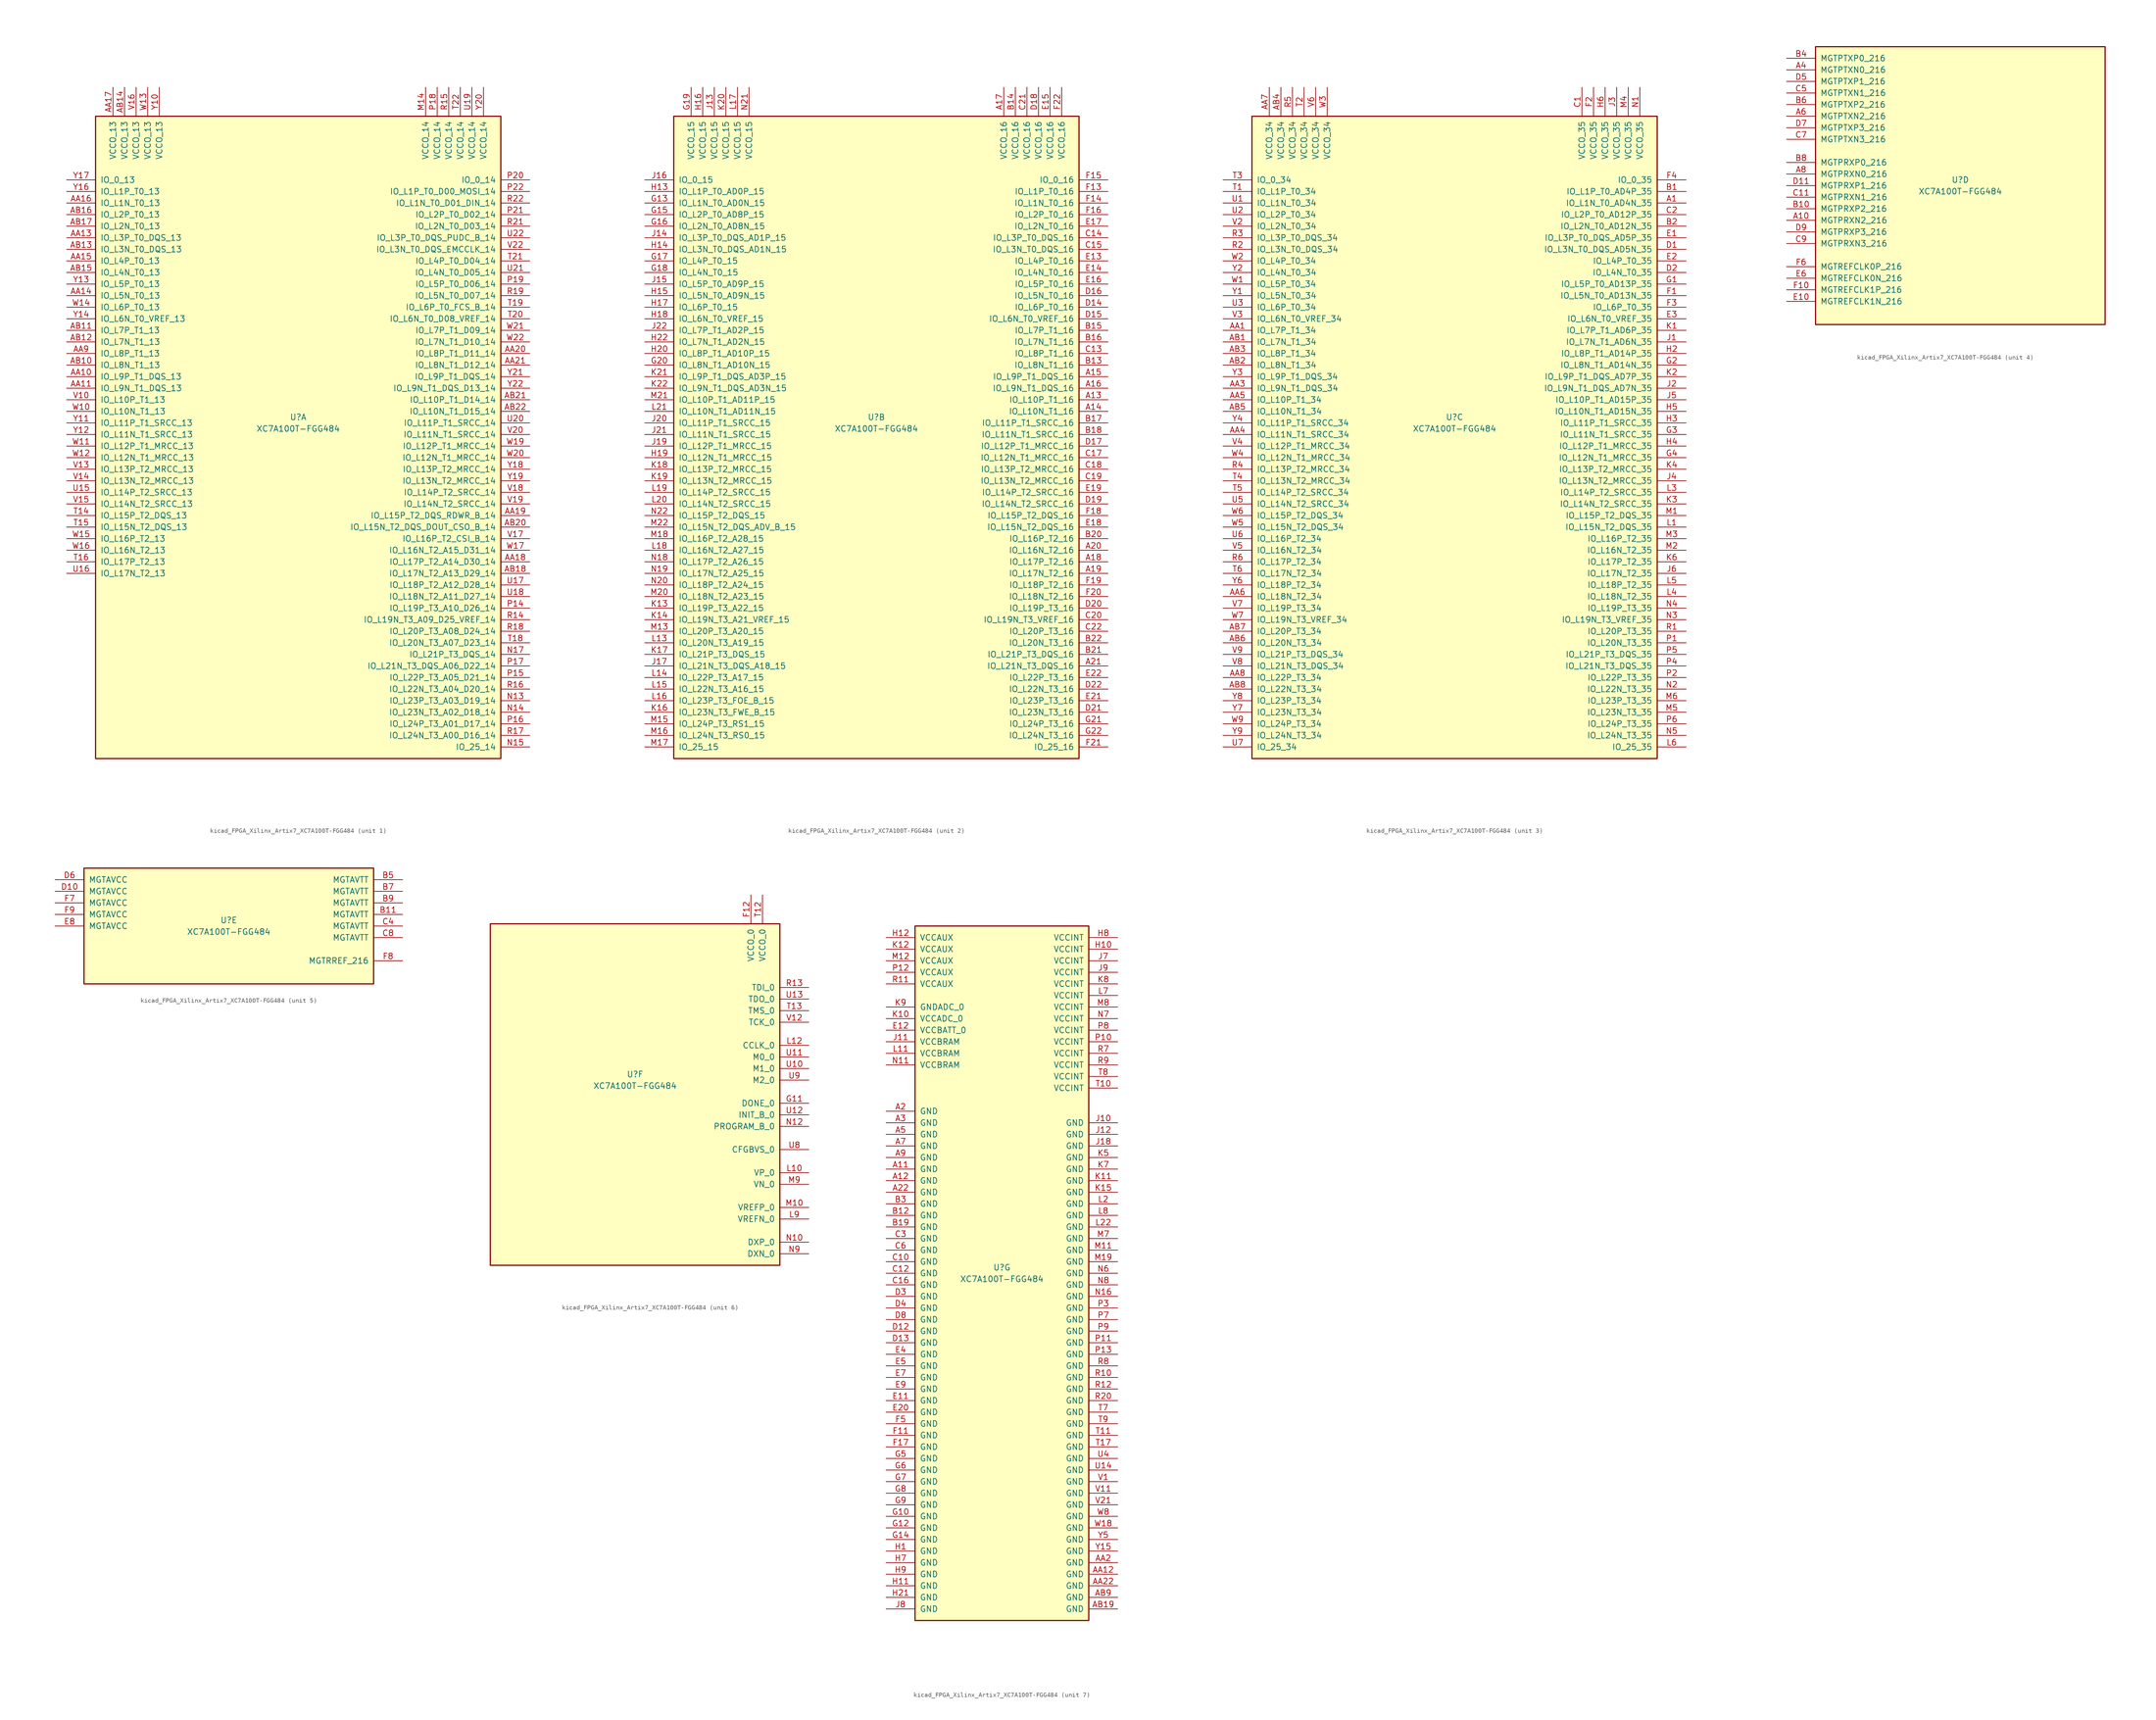
<source format=kicad_sym>
(kicad_symbol_lib
  (version 20220914)
  (generator kicad_symbol_editor)
  (symbol "kicad_FPGA_Xilinx_Artix7_XC7A100T-FGG484"
    (pin_names
      (offset 1.016))
    (property "Reference" "U"
      (at 0 1.27 0)
      (effects (font (size 1.27 1.27))))
    (property "Value" "XC7A100T-FGG484"
      (at 0 -1.27 0)
      (effects (font (size 1.27 1.27))))
    (property "Datasheet" ""
      (at 0 0 0)
      (effects (font (size 1.27 1.27))))
    (property "ki_locked" ""
      (at 0 0 0)
      (effects (font (size 1.27 1.27))))
    (symbol "kicad_FPGA_Xilinx_Artix7_XC7A100T-FGG484_1_1"
      (rectangle (start -44.45 67.31) (end 44.45 -73.66) (stroke (width 0.254) (type default)) (fill (type background)))
      (pin bidirectional line (at -50.8 10.16 0) (length 6.35) (name "IO_L9P_T1_DQS_13" (effects (font (size 1.27 1.27)))) (number "AA10" (effects (font (size 1.27 1.27)))))
      (pin bidirectional line (at -50.8 7.62 0) (length 6.35) (name "IO_L9N_T1_DQS_13" (effects (font (size 1.27 1.27)))) (number "AA11" (effects (font (size 1.27 1.27)))))
      (pin bidirectional line (at -50.8 40.64 0) (length 6.35) (name "IO_L3P_T0_DQS_13" (effects (font (size 1.27 1.27)))) (number "AA13" (effects (font (size 1.27 1.27)))))
      (pin bidirectional line (at -50.8 27.94 0) (length 6.35) (name "IO_L5N_T0_13" (effects (font (size 1.27 1.27)))) (number "AA14" (effects (font (size 1.27 1.27)))))
      (pin bidirectional line (at -50.8 35.56 0) (length 6.35) (name "IO_L4P_T0_13" (effects (font (size 1.27 1.27)))) (number "AA15" (effects (font (size 1.27 1.27)))))
      (pin bidirectional line (at -50.8 48.26 0) (length 6.35) (name "IO_L1N_T0_13" (effects (font (size 1.27 1.27)))) (number "AA16" (effects (font (size 1.27 1.27)))))
      (pin power_in line (at -40.64 73.66 270) (length 6.35) (name "VCCO_13" (effects (font (size 1.27 1.27)))) (number "AA17" (effects (font (size 1.27 1.27)))))
      (pin bidirectional line (at 50.8 -30.48 180) (length 6.35) (name "IO_L17P_T2_A14_D30_14" (effects (font (size 1.27 1.27)))) (number "AA18" (effects (font (size 1.27 1.27)))))
      (pin bidirectional line (at 50.8 -20.32 180) (length 6.35) (name "IO_L15P_T2_DQS_RDWR_B_14" (effects (font (size 1.27 1.27)))) (number "AA19" (effects (font (size 1.27 1.27)))))
      (pin bidirectional line (at 50.8 15.24 180) (length 6.35) (name "IO_L8P_T1_D11_14" (effects (font (size 1.27 1.27)))) (number "AA20" (effects (font (size 1.27 1.27)))))
      (pin bidirectional line (at 50.8 12.7 180) (length 6.35) (name "IO_L8N_T1_D12_14" (effects (font (size 1.27 1.27)))) (number "AA21" (effects (font (size 1.27 1.27)))))
      (pin bidirectional line (at -50.8 15.24 0) (length 6.35) (name "IO_L8P_T1_13" (effects (font (size 1.27 1.27)))) (number "AA9" (effects (font (size 1.27 1.27)))))
      (pin bidirectional line (at -50.8 12.7 0) (length 6.35) (name "IO_L8N_T1_13" (effects (font (size 1.27 1.27)))) (number "AB10" (effects (font (size 1.27 1.27)))))
      (pin bidirectional line (at -50.8 20.32 0) (length 6.35) (name "IO_L7P_T1_13" (effects (font (size 1.27 1.27)))) (number "AB11" (effects (font (size 1.27 1.27)))))
      (pin bidirectional line (at -50.8 17.78 0) (length 6.35) (name "IO_L7N_T1_13" (effects (font (size 1.27 1.27)))) (number "AB12" (effects (font (size 1.27 1.27)))))
      (pin bidirectional line (at -50.8 38.1 0) (length 6.35) (name "IO_L3N_T0_DQS_13" (effects (font (size 1.27 1.27)))) (number "AB13" (effects (font (size 1.27 1.27)))))
      (pin power_in line (at -38.1 73.66 270) (length 6.35) (name "VCCO_13" (effects (font (size 1.27 1.27)))) (number "AB14" (effects (font (size 1.27 1.27)))))
      (pin bidirectional line (at -50.8 33.02 0) (length 6.35) (name "IO_L4N_T0_13" (effects (font (size 1.27 1.27)))) (number "AB15" (effects (font (size 1.27 1.27)))))
      (pin bidirectional line (at -50.8 45.72 0) (length 6.35) (name "IO_L2P_T0_13" (effects (font (size 1.27 1.27)))) (number "AB16" (effects (font (size 1.27 1.27)))))
      (pin bidirectional line (at -50.8 43.18 0) (length 6.35) (name "IO_L2N_T0_13" (effects (font (size 1.27 1.27)))) (number "AB17" (effects (font (size 1.27 1.27)))))
      (pin bidirectional line (at 50.8 -33.02 180) (length 6.35) (name "IO_L17N_T2_A13_D29_14" (effects (font (size 1.27 1.27)))) (number "AB18" (effects (font (size 1.27 1.27)))))
      (pin bidirectional line (at 50.8 -22.86 180) (length 6.35) (name "IO_L15N_T2_DQS_DOUT_CSO_B_14" (effects (font (size 1.27 1.27)))) (number "AB20" (effects (font (size 1.27 1.27)))))
      (pin bidirectional line (at 50.8 5.08 180) (length 6.35) (name "IO_L10P_T1_D14_14" (effects (font (size 1.27 1.27)))) (number "AB21" (effects (font (size 1.27 1.27)))))
      (pin bidirectional line (at 50.8 2.54 180) (length 6.35) (name "IO_L10N_T1_D15_14" (effects (font (size 1.27 1.27)))) (number "AB22" (effects (font (size 1.27 1.27)))))
      (pin power_in line (at 27.94 73.66 270) (length 6.35) (name "VCCO_14" (effects (font (size 1.27 1.27)))) (number "M14" (effects (font (size 1.27 1.27)))))
      (pin bidirectional line (at 50.8 -60.96 180) (length 6.35) (name "IO_L23P_T3_A03_D19_14" (effects (font (size 1.27 1.27)))) (number "N13" (effects (font (size 1.27 1.27)))))
      (pin bidirectional line (at 50.8 -63.5 180) (length 6.35) (name "IO_L23N_T3_A02_D18_14" (effects (font (size 1.27 1.27)))) (number "N14" (effects (font (size 1.27 1.27)))))
      (pin bidirectional line (at 50.8 -71.12 180) (length 6.35) (name "IO_25_14" (effects (font (size 1.27 1.27)))) (number "N15" (effects (font (size 1.27 1.27)))))
      (pin bidirectional line (at 50.8 -50.8 180) (length 6.35) (name "IO_L21P_T3_DQS_14" (effects (font (size 1.27 1.27)))) (number "N17" (effects (font (size 1.27 1.27)))))
      (pin bidirectional line (at 50.8 -40.64 180) (length 6.35) (name "IO_L19P_T3_A10_D26_14" (effects (font (size 1.27 1.27)))) (number "P14" (effects (font (size 1.27 1.27)))))
      (pin bidirectional line (at 50.8 -55.88 180) (length 6.35) (name "IO_L22P_T3_A05_D21_14" (effects (font (size 1.27 1.27)))) (number "P15" (effects (font (size 1.27 1.27)))))
      (pin bidirectional line (at 50.8 -66.04 180) (length 6.35) (name "IO_L24P_T3_A01_D17_14" (effects (font (size 1.27 1.27)))) (number "P16" (effects (font (size 1.27 1.27)))))
      (pin bidirectional line (at 50.8 -53.34 180) (length 6.35) (name "IO_L21N_T3_DQS_A06_D22_14" (effects (font (size 1.27 1.27)))) (number "P17" (effects (font (size 1.27 1.27)))))
      (pin power_in line (at 30.48 73.66 270) (length 6.35) (name "VCCO_14" (effects (font (size 1.27 1.27)))) (number "P18" (effects (font (size 1.27 1.27)))))
      (pin bidirectional line (at 50.8 30.48 180) (length 6.35) (name "IO_L5P_T0_D06_14" (effects (font (size 1.27 1.27)))) (number "P19" (effects (font (size 1.27 1.27)))))
      (pin bidirectional line (at 50.8 53.34 180) (length 6.35) (name "IO_0_14" (effects (font (size 1.27 1.27)))) (number "P20" (effects (font (size 1.27 1.27)))))
      (pin bidirectional line (at 50.8 45.72 180) (length 6.35) (name "IO_L2P_T0_D02_14" (effects (font (size 1.27 1.27)))) (number "P21" (effects (font (size 1.27 1.27)))))
      (pin bidirectional line (at 50.8 50.8 180) (length 6.35) (name "IO_L1P_T0_D00_MOSI_14" (effects (font (size 1.27 1.27)))) (number "P22" (effects (font (size 1.27 1.27)))))
      (pin bidirectional line (at 50.8 -43.18 180) (length 6.35) (name "IO_L19N_T3_A09_D25_VREF_14" (effects (font (size 1.27 1.27)))) (number "R14" (effects (font (size 1.27 1.27)))))
      (pin power_in line (at 33.02 73.66 270) (length 6.35) (name "VCCO_14" (effects (font (size 1.27 1.27)))) (number "R15" (effects (font (size 1.27 1.27)))))
      (pin bidirectional line (at 50.8 -58.42 180) (length 6.35) (name "IO_L22N_T3_A04_D20_14" (effects (font (size 1.27 1.27)))) (number "R16" (effects (font (size 1.27 1.27)))))
      (pin bidirectional line (at 50.8 -68.58 180) (length 6.35) (name "IO_L24N_T3_A00_D16_14" (effects (font (size 1.27 1.27)))) (number "R17" (effects (font (size 1.27 1.27)))))
      (pin bidirectional line (at 50.8 -45.72 180) (length 6.35) (name "IO_L20P_T3_A08_D24_14" (effects (font (size 1.27 1.27)))) (number "R18" (effects (font (size 1.27 1.27)))))
      (pin bidirectional line (at 50.8 27.94 180) (length 6.35) (name "IO_L5N_T0_D07_14" (effects (font (size 1.27 1.27)))) (number "R19" (effects (font (size 1.27 1.27)))))
      (pin bidirectional line (at 50.8 43.18 180) (length 6.35) (name "IO_L2N_T0_D03_14" (effects (font (size 1.27 1.27)))) (number "R21" (effects (font (size 1.27 1.27)))))
      (pin bidirectional line (at 50.8 48.26 180) (length 6.35) (name "IO_L1N_T0_D01_DIN_14" (effects (font (size 1.27 1.27)))) (number "R22" (effects (font (size 1.27 1.27)))))
      (pin bidirectional line (at -50.8 -20.32 0) (length 6.35) (name "IO_L15P_T2_DQS_13" (effects (font (size 1.27 1.27)))) (number "T14" (effects (font (size 1.27 1.27)))))
      (pin bidirectional line (at -50.8 -22.86 0) (length 6.35) (name "IO_L15N_T2_DQS_13" (effects (font (size 1.27 1.27)))) (number "T15" (effects (font (size 1.27 1.27)))))
      (pin bidirectional line (at -50.8 -30.48 0) (length 6.35) (name "IO_L17P_T2_13" (effects (font (size 1.27 1.27)))) (number "T16" (effects (font (size 1.27 1.27)))))
      (pin bidirectional line (at 50.8 -48.26 180) (length 6.35) (name "IO_L20N_T3_A07_D23_14" (effects (font (size 1.27 1.27)))) (number "T18" (effects (font (size 1.27 1.27)))))
      (pin bidirectional line (at 50.8 25.4 180) (length 6.35) (name "IO_L6P_T0_FCS_B_14" (effects (font (size 1.27 1.27)))) (number "T19" (effects (font (size 1.27 1.27)))))
      (pin bidirectional line (at 50.8 22.86 180) (length 6.35) (name "IO_L6N_T0_D08_VREF_14" (effects (font (size 1.27 1.27)))) (number "T20" (effects (font (size 1.27 1.27)))))
      (pin bidirectional line (at 50.8 35.56 180) (length 6.35) (name "IO_L4P_T0_D04_14" (effects (font (size 1.27 1.27)))) (number "T21" (effects (font (size 1.27 1.27)))))
      (pin power_in line (at 35.56 73.66 270) (length 6.35) (name "VCCO_14" (effects (font (size 1.27 1.27)))) (number "T22" (effects (font (size 1.27 1.27)))))
      (pin bidirectional line (at -50.8 -15.24 0) (length 6.35) (name "IO_L14P_T2_SRCC_13" (effects (font (size 1.27 1.27)))) (number "U15" (effects (font (size 1.27 1.27)))))
      (pin bidirectional line (at -50.8 -33.02 0) (length 6.35) (name "IO_L17N_T2_13" (effects (font (size 1.27 1.27)))) (number "U16" (effects (font (size 1.27 1.27)))))
      (pin bidirectional line (at 50.8 -35.56 180) (length 6.35) (name "IO_L18P_T2_A12_D28_14" (effects (font (size 1.27 1.27)))) (number "U17" (effects (font (size 1.27 1.27)))))
      (pin bidirectional line (at 50.8 -38.1 180) (length 6.35) (name "IO_L18N_T2_A11_D27_14" (effects (font (size 1.27 1.27)))) (number "U18" (effects (font (size 1.27 1.27)))))
      (pin power_in line (at 38.1 73.66 270) (length 6.35) (name "VCCO_14" (effects (font (size 1.27 1.27)))) (number "U19" (effects (font (size 1.27 1.27)))))
      (pin bidirectional line (at 50.8 0 180) (length 6.35) (name "IO_L11P_T1_SRCC_14" (effects (font (size 1.27 1.27)))) (number "U20" (effects (font (size 1.27 1.27)))))
      (pin bidirectional line (at 50.8 33.02 180) (length 6.35) (name "IO_L4N_T0_D05_14" (effects (font (size 1.27 1.27)))) (number "U21" (effects (font (size 1.27 1.27)))))
      (pin bidirectional line (at 50.8 40.64 180) (length 6.35) (name "IO_L3P_T0_DQS_PUDC_B_14" (effects (font (size 1.27 1.27)))) (number "U22" (effects (font (size 1.27 1.27)))))
      (pin bidirectional line (at -50.8 5.08 0) (length 6.35) (name "IO_L10P_T1_13" (effects (font (size 1.27 1.27)))) (number "V10" (effects (font (size 1.27 1.27)))))
      (pin bidirectional line (at -50.8 -10.16 0) (length 6.35) (name "IO_L13P_T2_MRCC_13" (effects (font (size 1.27 1.27)))) (number "V13" (effects (font (size 1.27 1.27)))))
      (pin bidirectional line (at -50.8 -12.7 0) (length 6.35) (name "IO_L13N_T2_MRCC_13" (effects (font (size 1.27 1.27)))) (number "V14" (effects (font (size 1.27 1.27)))))
      (pin bidirectional line (at -50.8 -17.78 0) (length 6.35) (name "IO_L14N_T2_SRCC_13" (effects (font (size 1.27 1.27)))) (number "V15" (effects (font (size 1.27 1.27)))))
      (pin power_in line (at -35.56 73.66 270) (length 6.35) (name "VCCO_13" (effects (font (size 1.27 1.27)))) (number "V16" (effects (font (size 1.27 1.27)))))
      (pin bidirectional line (at 50.8 -25.4 180) (length 6.35) (name "IO_L16P_T2_CSI_B_14" (effects (font (size 1.27 1.27)))) (number "V17" (effects (font (size 1.27 1.27)))))
      (pin bidirectional line (at 50.8 -15.24 180) (length 6.35) (name "IO_L14P_T2_SRCC_14" (effects (font (size 1.27 1.27)))) (number "V18" (effects (font (size 1.27 1.27)))))
      (pin bidirectional line (at 50.8 -17.78 180) (length 6.35) (name "IO_L14N_T2_SRCC_14" (effects (font (size 1.27 1.27)))) (number "V19" (effects (font (size 1.27 1.27)))))
      (pin bidirectional line (at 50.8 -2.54 180) (length 6.35) (name "IO_L11N_T1_SRCC_14" (effects (font (size 1.27 1.27)))) (number "V20" (effects (font (size 1.27 1.27)))))
      (pin bidirectional line (at 50.8 38.1 180) (length 6.35) (name "IO_L3N_T0_DQS_EMCCLK_14" (effects (font (size 1.27 1.27)))) (number "V22" (effects (font (size 1.27 1.27)))))
      (pin bidirectional line (at -50.8 2.54 0) (length 6.35) (name "IO_L10N_T1_13" (effects (font (size 1.27 1.27)))) (number "W10" (effects (font (size 1.27 1.27)))))
      (pin bidirectional line (at -50.8 -5.08 0) (length 6.35) (name "IO_L12P_T1_MRCC_13" (effects (font (size 1.27 1.27)))) (number "W11" (effects (font (size 1.27 1.27)))))
      (pin bidirectional line (at -50.8 -7.62 0) (length 6.35) (name "IO_L12N_T1_MRCC_13" (effects (font (size 1.27 1.27)))) (number "W12" (effects (font (size 1.27 1.27)))))
      (pin power_in line (at -33.02 73.66 270) (length 6.35) (name "VCCO_13" (effects (font (size 1.27 1.27)))) (number "W13" (effects (font (size 1.27 1.27)))))
      (pin bidirectional line (at -50.8 25.4 0) (length 6.35) (name "IO_L6P_T0_13" (effects (font (size 1.27 1.27)))) (number "W14" (effects (font (size 1.27 1.27)))))
      (pin bidirectional line (at -50.8 -25.4 0) (length 6.35) (name "IO_L16P_T2_13" (effects (font (size 1.27 1.27)))) (number "W15" (effects (font (size 1.27 1.27)))))
      (pin bidirectional line (at -50.8 -27.94 0) (length 6.35) (name "IO_L16N_T2_13" (effects (font (size 1.27 1.27)))) (number "W16" (effects (font (size 1.27 1.27)))))
      (pin bidirectional line (at 50.8 -27.94 180) (length 6.35) (name "IO_L16N_T2_A15_D31_14" (effects (font (size 1.27 1.27)))) (number "W17" (effects (font (size 1.27 1.27)))))
      (pin bidirectional line (at 50.8 -5.08 180) (length 6.35) (name "IO_L12P_T1_MRCC_14" (effects (font (size 1.27 1.27)))) (number "W19" (effects (font (size 1.27 1.27)))))
      (pin bidirectional line (at 50.8 -7.62 180) (length 6.35) (name "IO_L12N_T1_MRCC_14" (effects (font (size 1.27 1.27)))) (number "W20" (effects (font (size 1.27 1.27)))))
      (pin bidirectional line (at 50.8 20.32 180) (length 6.35) (name "IO_L7P_T1_D09_14" (effects (font (size 1.27 1.27)))) (number "W21" (effects (font (size 1.27 1.27)))))
      (pin bidirectional line (at 50.8 17.78 180) (length 6.35) (name "IO_L7N_T1_D10_14" (effects (font (size 1.27 1.27)))) (number "W22" (effects (font (size 1.27 1.27)))))
      (pin power_in line (at -30.48 73.66 270) (length 6.35) (name "VCCO_13" (effects (font (size 1.27 1.27)))) (number "Y10" (effects (font (size 1.27 1.27)))))
      (pin bidirectional line (at -50.8 0 0) (length 6.35) (name "IO_L11P_T1_SRCC_13" (effects (font (size 1.27 1.27)))) (number "Y11" (effects (font (size 1.27 1.27)))))
      (pin bidirectional line (at -50.8 -2.54 0) (length 6.35) (name "IO_L11N_T1_SRCC_13" (effects (font (size 1.27 1.27)))) (number "Y12" (effects (font (size 1.27 1.27)))))
      (pin bidirectional line (at -50.8 30.48 0) (length 6.35) (name "IO_L5P_T0_13" (effects (font (size 1.27 1.27)))) (number "Y13" (effects (font (size 1.27 1.27)))))
      (pin bidirectional line (at -50.8 22.86 0) (length 6.35) (name "IO_L6N_T0_VREF_13" (effects (font (size 1.27 1.27)))) (number "Y14" (effects (font (size 1.27 1.27)))))
      (pin bidirectional line (at -50.8 50.8 0) (length 6.35) (name "IO_L1P_T0_13" (effects (font (size 1.27 1.27)))) (number "Y16" (effects (font (size 1.27 1.27)))))
      (pin bidirectional line (at -50.8 53.34 0) (length 6.35) (name "IO_0_13" (effects (font (size 1.27 1.27)))) (number "Y17" (effects (font (size 1.27 1.27)))))
      (pin bidirectional line (at 50.8 -10.16 180) (length 6.35) (name "IO_L13P_T2_MRCC_14" (effects (font (size 1.27 1.27)))) (number "Y18" (effects (font (size 1.27 1.27)))))
      (pin bidirectional line (at 50.8 -12.7 180) (length 6.35) (name "IO_L13N_T2_MRCC_14" (effects (font (size 1.27 1.27)))) (number "Y19" (effects (font (size 1.27 1.27)))))
      (pin power_in line (at 40.64 73.66 270) (length 6.35) (name "VCCO_14" (effects (font (size 1.27 1.27)))) (number "Y20" (effects (font (size 1.27 1.27)))))
      (pin bidirectional line (at 50.8 10.16 180) (length 6.35) (name "IO_L9P_T1_DQS_14" (effects (font (size 1.27 1.27)))) (number "Y21" (effects (font (size 1.27 1.27)))))
      (pin bidirectional line (at 50.8 7.62 180) (length 6.35) (name "IO_L9N_T1_DQS_D13_14" (effects (font (size 1.27 1.27)))) (number "Y22" (effects (font (size 1.27 1.27))))))
    (symbol "kicad_FPGA_Xilinx_Artix7_XC7A100T-FGG484_2_1"
      (rectangle (start -44.45 67.31) (end 44.45 -73.66) (stroke (width 0.254) (type default)) (fill (type background)))
      (pin bidirectional line (at 50.8 5.08 180) (length 6.35) (name "IO_L10P_T1_16" (effects (font (size 1.27 1.27)))) (number "A13" (effects (font (size 1.27 1.27)))))
      (pin bidirectional line (at 50.8 2.54 180) (length 6.35) (name "IO_L10N_T1_16" (effects (font (size 1.27 1.27)))) (number "A14" (effects (font (size 1.27 1.27)))))
      (pin bidirectional line (at 50.8 10.16 180) (length 6.35) (name "IO_L9P_T1_DQS_16" (effects (font (size 1.27 1.27)))) (number "A15" (effects (font (size 1.27 1.27)))))
      (pin bidirectional line (at 50.8 7.62 180) (length 6.35) (name "IO_L9N_T1_DQS_16" (effects (font (size 1.27 1.27)))) (number "A16" (effects (font (size 1.27 1.27)))))
      (pin power_in line (at 27.94 73.66 270) (length 6.35) (name "VCCO_16" (effects (font (size 1.27 1.27)))) (number "A17" (effects (font (size 1.27 1.27)))))
      (pin bidirectional line (at 50.8 -30.48 180) (length 6.35) (name "IO_L17P_T2_16" (effects (font (size 1.27 1.27)))) (number "A18" (effects (font (size 1.27 1.27)))))
      (pin bidirectional line (at 50.8 -33.02 180) (length 6.35) (name "IO_L17N_T2_16" (effects (font (size 1.27 1.27)))) (number "A19" (effects (font (size 1.27 1.27)))))
      (pin bidirectional line (at 50.8 -27.94 180) (length 6.35) (name "IO_L16N_T2_16" (effects (font (size 1.27 1.27)))) (number "A20" (effects (font (size 1.27 1.27)))))
      (pin bidirectional line (at 50.8 -53.34 180) (length 6.35) (name "IO_L21N_T3_DQS_16" (effects (font (size 1.27 1.27)))) (number "A21" (effects (font (size 1.27 1.27)))))
      (pin bidirectional line (at 50.8 12.7 180) (length 6.35) (name "IO_L8N_T1_16" (effects (font (size 1.27 1.27)))) (number "B13" (effects (font (size 1.27 1.27)))))
      (pin power_in line (at 30.48 73.66 270) (length 6.35) (name "VCCO_16" (effects (font (size 1.27 1.27)))) (number "B14" (effects (font (size 1.27 1.27)))))
      (pin bidirectional line (at 50.8 20.32 180) (length 6.35) (name "IO_L7P_T1_16" (effects (font (size 1.27 1.27)))) (number "B15" (effects (font (size 1.27 1.27)))))
      (pin bidirectional line (at 50.8 17.78 180) (length 6.35) (name "IO_L7N_T1_16" (effects (font (size 1.27 1.27)))) (number "B16" (effects (font (size 1.27 1.27)))))
      (pin bidirectional line (at 50.8 0 180) (length 6.35) (name "IO_L11P_T1_SRCC_16" (effects (font (size 1.27 1.27)))) (number "B17" (effects (font (size 1.27 1.27)))))
      (pin bidirectional line (at 50.8 -2.54 180) (length 6.35) (name "IO_L11N_T1_SRCC_16" (effects (font (size 1.27 1.27)))) (number "B18" (effects (font (size 1.27 1.27)))))
      (pin bidirectional line (at 50.8 -25.4 180) (length 6.35) (name "IO_L16P_T2_16" (effects (font (size 1.27 1.27)))) (number "B20" (effects (font (size 1.27 1.27)))))
      (pin bidirectional line (at 50.8 -50.8 180) (length 6.35) (name "IO_L21P_T3_DQS_16" (effects (font (size 1.27 1.27)))) (number "B21" (effects (font (size 1.27 1.27)))))
      (pin bidirectional line (at 50.8 -48.26 180) (length 6.35) (name "IO_L20N_T3_16" (effects (font (size 1.27 1.27)))) (number "B22" (effects (font (size 1.27 1.27)))))
      (pin bidirectional line (at 50.8 15.24 180) (length 6.35) (name "IO_L8P_T1_16" (effects (font (size 1.27 1.27)))) (number "C13" (effects (font (size 1.27 1.27)))))
      (pin bidirectional line (at 50.8 40.64 180) (length 6.35) (name "IO_L3P_T0_DQS_16" (effects (font (size 1.27 1.27)))) (number "C14" (effects (font (size 1.27 1.27)))))
      (pin bidirectional line (at 50.8 38.1 180) (length 6.35) (name "IO_L3N_T0_DQS_16" (effects (font (size 1.27 1.27)))) (number "C15" (effects (font (size 1.27 1.27)))))
      (pin bidirectional line (at 50.8 -7.62 180) (length 6.35) (name "IO_L12N_T1_MRCC_16" (effects (font (size 1.27 1.27)))) (number "C17" (effects (font (size 1.27 1.27)))))
      (pin bidirectional line (at 50.8 -10.16 180) (length 6.35) (name "IO_L13P_T2_MRCC_16" (effects (font (size 1.27 1.27)))) (number "C18" (effects (font (size 1.27 1.27)))))
      (pin bidirectional line (at 50.8 -12.7 180) (length 6.35) (name "IO_L13N_T2_MRCC_16" (effects (font (size 1.27 1.27)))) (number "C19" (effects (font (size 1.27 1.27)))))
      (pin bidirectional line (at 50.8 -43.18 180) (length 6.35) (name "IO_L19N_T3_VREF_16" (effects (font (size 1.27 1.27)))) (number "C20" (effects (font (size 1.27 1.27)))))
      (pin power_in line (at 33.02 73.66 270) (length 6.35) (name "VCCO_16" (effects (font (size 1.27 1.27)))) (number "C21" (effects (font (size 1.27 1.27)))))
      (pin bidirectional line (at 50.8 -45.72 180) (length 6.35) (name "IO_L20P_T3_16" (effects (font (size 1.27 1.27)))) (number "C22" (effects (font (size 1.27 1.27)))))
      (pin bidirectional line (at 50.8 25.4 180) (length 6.35) (name "IO_L6P_T0_16" (effects (font (size 1.27 1.27)))) (number "D14" (effects (font (size 1.27 1.27)))))
      (pin bidirectional line (at 50.8 22.86 180) (length 6.35) (name "IO_L6N_T0_VREF_16" (effects (font (size 1.27 1.27)))) (number "D15" (effects (font (size 1.27 1.27)))))
      (pin bidirectional line (at 50.8 27.94 180) (length 6.35) (name "IO_L5N_T0_16" (effects (font (size 1.27 1.27)))) (number "D16" (effects (font (size 1.27 1.27)))))
      (pin bidirectional line (at 50.8 -5.08 180) (length 6.35) (name "IO_L12P_T1_MRCC_16" (effects (font (size 1.27 1.27)))) (number "D17" (effects (font (size 1.27 1.27)))))
      (pin power_in line (at 35.56 73.66 270) (length 6.35) (name "VCCO_16" (effects (font (size 1.27 1.27)))) (number "D18" (effects (font (size 1.27 1.27)))))
      (pin bidirectional line (at 50.8 -17.78 180) (length 6.35) (name "IO_L14N_T2_SRCC_16" (effects (font (size 1.27 1.27)))) (number "D19" (effects (font (size 1.27 1.27)))))
      (pin bidirectional line (at 50.8 -40.64 180) (length 6.35) (name "IO_L19P_T3_16" (effects (font (size 1.27 1.27)))) (number "D20" (effects (font (size 1.27 1.27)))))
      (pin bidirectional line (at 50.8 -63.5 180) (length 6.35) (name "IO_L23N_T3_16" (effects (font (size 1.27 1.27)))) (number "D21" (effects (font (size 1.27 1.27)))))
      (pin bidirectional line (at 50.8 -58.42 180) (length 6.35) (name "IO_L22N_T3_16" (effects (font (size 1.27 1.27)))) (number "D22" (effects (font (size 1.27 1.27)))))
      (pin bidirectional line (at 50.8 35.56 180) (length 6.35) (name "IO_L4P_T0_16" (effects (font (size 1.27 1.27)))) (number "E13" (effects (font (size 1.27 1.27)))))
      (pin bidirectional line (at 50.8 33.02 180) (length 6.35) (name "IO_L4N_T0_16" (effects (font (size 1.27 1.27)))) (number "E14" (effects (font (size 1.27 1.27)))))
      (pin power_in line (at 38.1 73.66 270) (length 6.35) (name "VCCO_16" (effects (font (size 1.27 1.27)))) (number "E15" (effects (font (size 1.27 1.27)))))
      (pin bidirectional line (at 50.8 30.48 180) (length 6.35) (name "IO_L5P_T0_16" (effects (font (size 1.27 1.27)))) (number "E16" (effects (font (size 1.27 1.27)))))
      (pin bidirectional line (at 50.8 43.18 180) (length 6.35) (name "IO_L2N_T0_16" (effects (font (size 1.27 1.27)))) (number "E17" (effects (font (size 1.27 1.27)))))
      (pin bidirectional line (at 50.8 -22.86 180) (length 6.35) (name "IO_L15N_T2_DQS_16" (effects (font (size 1.27 1.27)))) (number "E18" (effects (font (size 1.27 1.27)))))
      (pin bidirectional line (at 50.8 -15.24 180) (length 6.35) (name "IO_L14P_T2_SRCC_16" (effects (font (size 1.27 1.27)))) (number "E19" (effects (font (size 1.27 1.27)))))
      (pin bidirectional line (at 50.8 -60.96 180) (length 6.35) (name "IO_L23P_T3_16" (effects (font (size 1.27 1.27)))) (number "E21" (effects (font (size 1.27 1.27)))))
      (pin bidirectional line (at 50.8 -55.88 180) (length 6.35) (name "IO_L22P_T3_16" (effects (font (size 1.27 1.27)))) (number "E22" (effects (font (size 1.27 1.27)))))
      (pin bidirectional line (at 50.8 50.8 180) (length 6.35) (name "IO_L1P_T0_16" (effects (font (size 1.27 1.27)))) (number "F13" (effects (font (size 1.27 1.27)))))
      (pin bidirectional line (at 50.8 48.26 180) (length 6.35) (name "IO_L1N_T0_16" (effects (font (size 1.27 1.27)))) (number "F14" (effects (font (size 1.27 1.27)))))
      (pin bidirectional line (at 50.8 53.34 180) (length 6.35) (name "IO_0_16" (effects (font (size 1.27 1.27)))) (number "F15" (effects (font (size 1.27 1.27)))))
      (pin bidirectional line (at 50.8 45.72 180) (length 6.35) (name "IO_L2P_T0_16" (effects (font (size 1.27 1.27)))) (number "F16" (effects (font (size 1.27 1.27)))))
      (pin bidirectional line (at 50.8 -20.32 180) (length 6.35) (name "IO_L15P_T2_DQS_16" (effects (font (size 1.27 1.27)))) (number "F18" (effects (font (size 1.27 1.27)))))
      (pin bidirectional line (at 50.8 -35.56 180) (length 6.35) (name "IO_L18P_T2_16" (effects (font (size 1.27 1.27)))) (number "F19" (effects (font (size 1.27 1.27)))))
      (pin bidirectional line (at 50.8 -38.1 180) (length 6.35) (name "IO_L18N_T2_16" (effects (font (size 1.27 1.27)))) (number "F20" (effects (font (size 1.27 1.27)))))
      (pin bidirectional line (at 50.8 -71.12 180) (length 6.35) (name "IO_25_16" (effects (font (size 1.27 1.27)))) (number "F21" (effects (font (size 1.27 1.27)))))
      (pin power_in line (at 40.64 73.66 270) (length 6.35) (name "VCCO_16" (effects (font (size 1.27 1.27)))) (number "F22" (effects (font (size 1.27 1.27)))))
      (pin bidirectional line (at -50.8 48.26 0) (length 6.35) (name "IO_L1N_T0_AD0N_15" (effects (font (size 1.27 1.27)))) (number "G13" (effects (font (size 1.27 1.27)))))
      (pin bidirectional line (at -50.8 45.72 0) (length 6.35) (name "IO_L2P_T0_AD8P_15" (effects (font (size 1.27 1.27)))) (number "G15" (effects (font (size 1.27 1.27)))))
      (pin bidirectional line (at -50.8 43.18 0) (length 6.35) (name "IO_L2N_T0_AD8N_15" (effects (font (size 1.27 1.27)))) (number "G16" (effects (font (size 1.27 1.27)))))
      (pin bidirectional line (at -50.8 35.56 0) (length 6.35) (name "IO_L4P_T0_15" (effects (font (size 1.27 1.27)))) (number "G17" (effects (font (size 1.27 1.27)))))
      (pin bidirectional line (at -50.8 33.02 0) (length 6.35) (name "IO_L4N_T0_15" (effects (font (size 1.27 1.27)))) (number "G18" (effects (font (size 1.27 1.27)))))
      (pin power_in line (at -40.64 73.66 270) (length 6.35) (name "VCCO_15" (effects (font (size 1.27 1.27)))) (number "G19" (effects (font (size 1.27 1.27)))))
      (pin bidirectional line (at -50.8 12.7 0) (length 6.35) (name "IO_L8N_T1_AD10N_15" (effects (font (size 1.27 1.27)))) (number "G20" (effects (font (size 1.27 1.27)))))
      (pin bidirectional line (at 50.8 -66.04 180) (length 6.35) (name "IO_L24P_T3_16" (effects (font (size 1.27 1.27)))) (number "G21" (effects (font (size 1.27 1.27)))))
      (pin bidirectional line (at 50.8 -68.58 180) (length 6.35) (name "IO_L24N_T3_16" (effects (font (size 1.27 1.27)))) (number "G22" (effects (font (size 1.27 1.27)))))
      (pin bidirectional line (at -50.8 50.8 0) (length 6.35) (name "IO_L1P_T0_AD0P_15" (effects (font (size 1.27 1.27)))) (number "H13" (effects (font (size 1.27 1.27)))))
      (pin bidirectional line (at -50.8 38.1 0) (length 6.35) (name "IO_L3N_T0_DQS_AD1N_15" (effects (font (size 1.27 1.27)))) (number "H14" (effects (font (size 1.27 1.27)))))
      (pin bidirectional line (at -50.8 27.94 0) (length 6.35) (name "IO_L5N_T0_AD9N_15" (effects (font (size 1.27 1.27)))) (number "H15" (effects (font (size 1.27 1.27)))))
      (pin power_in line (at -38.1 73.66 270) (length 6.35) (name "VCCO_15" (effects (font (size 1.27 1.27)))) (number "H16" (effects (font (size 1.27 1.27)))))
      (pin bidirectional line (at -50.8 25.4 0) (length 6.35) (name "IO_L6P_T0_15" (effects (font (size 1.27 1.27)))) (number "H17" (effects (font (size 1.27 1.27)))))
      (pin bidirectional line (at -50.8 22.86 0) (length 6.35) (name "IO_L6N_T0_VREF_15" (effects (font (size 1.27 1.27)))) (number "H18" (effects (font (size 1.27 1.27)))))
      (pin bidirectional line (at -50.8 -7.62 0) (length 6.35) (name "IO_L12N_T1_MRCC_15" (effects (font (size 1.27 1.27)))) (number "H19" (effects (font (size 1.27 1.27)))))
      (pin bidirectional line (at -50.8 15.24 0) (length 6.35) (name "IO_L8P_T1_AD10P_15" (effects (font (size 1.27 1.27)))) (number "H20" (effects (font (size 1.27 1.27)))))
      (pin bidirectional line (at -50.8 17.78 0) (length 6.35) (name "IO_L7N_T1_AD2N_15" (effects (font (size 1.27 1.27)))) (number "H22" (effects (font (size 1.27 1.27)))))
      (pin power_in line (at -35.56 73.66 270) (length 6.35) (name "VCCO_15" (effects (font (size 1.27 1.27)))) (number "J13" (effects (font (size 1.27 1.27)))))
      (pin bidirectional line (at -50.8 40.64 0) (length 6.35) (name "IO_L3P_T0_DQS_AD1P_15" (effects (font (size 1.27 1.27)))) (number "J14" (effects (font (size 1.27 1.27)))))
      (pin bidirectional line (at -50.8 30.48 0) (length 6.35) (name "IO_L5P_T0_AD9P_15" (effects (font (size 1.27 1.27)))) (number "J15" (effects (font (size 1.27 1.27)))))
      (pin bidirectional line (at -50.8 53.34 0) (length 6.35) (name "IO_0_15" (effects (font (size 1.27 1.27)))) (number "J16" (effects (font (size 1.27 1.27)))))
      (pin bidirectional line (at -50.8 -53.34 0) (length 6.35) (name "IO_L21N_T3_DQS_A18_15" (effects (font (size 1.27 1.27)))) (number "J17" (effects (font (size 1.27 1.27)))))
      (pin bidirectional line (at -50.8 -5.08 0) (length 6.35) (name "IO_L12P_T1_MRCC_15" (effects (font (size 1.27 1.27)))) (number "J19" (effects (font (size 1.27 1.27)))))
      (pin bidirectional line (at -50.8 0 0) (length 6.35) (name "IO_L11P_T1_SRCC_15" (effects (font (size 1.27 1.27)))) (number "J20" (effects (font (size 1.27 1.27)))))
      (pin bidirectional line (at -50.8 -2.54 0) (length 6.35) (name "IO_L11N_T1_SRCC_15" (effects (font (size 1.27 1.27)))) (number "J21" (effects (font (size 1.27 1.27)))))
      (pin bidirectional line (at -50.8 20.32 0) (length 6.35) (name "IO_L7P_T1_AD2P_15" (effects (font (size 1.27 1.27)))) (number "J22" (effects (font (size 1.27 1.27)))))
      (pin bidirectional line (at -50.8 -40.64 0) (length 6.35) (name "IO_L19P_T3_A22_15" (effects (font (size 1.27 1.27)))) (number "K13" (effects (font (size 1.27 1.27)))))
      (pin bidirectional line (at -50.8 -43.18 0) (length 6.35) (name "IO_L19N_T3_A21_VREF_15" (effects (font (size 1.27 1.27)))) (number "K14" (effects (font (size 1.27 1.27)))))
      (pin bidirectional line (at -50.8 -63.5 0) (length 6.35) (name "IO_L23N_T3_FWE_B_15" (effects (font (size 1.27 1.27)))) (number "K16" (effects (font (size 1.27 1.27)))))
      (pin bidirectional line (at -50.8 -50.8 0) (length 6.35) (name "IO_L21P_T3_DQS_15" (effects (font (size 1.27 1.27)))) (number "K17" (effects (font (size 1.27 1.27)))))
      (pin bidirectional line (at -50.8 -10.16 0) (length 6.35) (name "IO_L13P_T2_MRCC_15" (effects (font (size 1.27 1.27)))) (number "K18" (effects (font (size 1.27 1.27)))))
      (pin bidirectional line (at -50.8 -12.7 0) (length 6.35) (name "IO_L13N_T2_MRCC_15" (effects (font (size 1.27 1.27)))) (number "K19" (effects (font (size 1.27 1.27)))))
      (pin power_in line (at -33.02 73.66 270) (length 6.35) (name "VCCO_15" (effects (font (size 1.27 1.27)))) (number "K20" (effects (font (size 1.27 1.27)))))
      (pin bidirectional line (at -50.8 10.16 0) (length 6.35) (name "IO_L9P_T1_DQS_AD3P_15" (effects (font (size 1.27 1.27)))) (number "K21" (effects (font (size 1.27 1.27)))))
      (pin bidirectional line (at -50.8 7.62 0) (length 6.35) (name "IO_L9N_T1_DQS_AD3N_15" (effects (font (size 1.27 1.27)))) (number "K22" (effects (font (size 1.27 1.27)))))
      (pin bidirectional line (at -50.8 -48.26 0) (length 6.35) (name "IO_L20N_T3_A19_15" (effects (font (size 1.27 1.27)))) (number "L13" (effects (font (size 1.27 1.27)))))
      (pin bidirectional line (at -50.8 -55.88 0) (length 6.35) (name "IO_L22P_T3_A17_15" (effects (font (size 1.27 1.27)))) (number "L14" (effects (font (size 1.27 1.27)))))
      (pin bidirectional line (at -50.8 -58.42 0) (length 6.35) (name "IO_L22N_T3_A16_15" (effects (font (size 1.27 1.27)))) (number "L15" (effects (font (size 1.27 1.27)))))
      (pin bidirectional line (at -50.8 -60.96 0) (length 6.35) (name "IO_L23P_T3_FOE_B_15" (effects (font (size 1.27 1.27)))) (number "L16" (effects (font (size 1.27 1.27)))))
      (pin power_in line (at -30.48 73.66 270) (length 6.35) (name "VCCO_15" (effects (font (size 1.27 1.27)))) (number "L17" (effects (font (size 1.27 1.27)))))
      (pin bidirectional line (at -50.8 -27.94 0) (length 6.35) (name "IO_L16N_T2_A27_15" (effects (font (size 1.27 1.27)))) (number "L18" (effects (font (size 1.27 1.27)))))
      (pin bidirectional line (at -50.8 -15.24 0) (length 6.35) (name "IO_L14P_T2_SRCC_15" (effects (font (size 1.27 1.27)))) (number "L19" (effects (font (size 1.27 1.27)))))
      (pin bidirectional line (at -50.8 -17.78 0) (length 6.35) (name "IO_L14N_T2_SRCC_15" (effects (font (size 1.27 1.27)))) (number "L20" (effects (font (size 1.27 1.27)))))
      (pin bidirectional line (at -50.8 2.54 0) (length 6.35) (name "IO_L10N_T1_AD11N_15" (effects (font (size 1.27 1.27)))) (number "L21" (effects (font (size 1.27 1.27)))))
      (pin bidirectional line (at -50.8 -45.72 0) (length 6.35) (name "IO_L20P_T3_A20_15" (effects (font (size 1.27 1.27)))) (number "M13" (effects (font (size 1.27 1.27)))))
      (pin bidirectional line (at -50.8 -66.04 0) (length 6.35) (name "IO_L24P_T3_RS1_15" (effects (font (size 1.27 1.27)))) (number "M15" (effects (font (size 1.27 1.27)))))
      (pin bidirectional line (at -50.8 -68.58 0) (length 6.35) (name "IO_L24N_T3_RS0_15" (effects (font (size 1.27 1.27)))) (number "M16" (effects (font (size 1.27 1.27)))))
      (pin bidirectional line (at -50.8 -71.12 0) (length 6.35) (name "IO_25_15" (effects (font (size 1.27 1.27)))) (number "M17" (effects (font (size 1.27 1.27)))))
      (pin bidirectional line (at -50.8 -25.4 0) (length 6.35) (name "IO_L16P_T2_A28_15" (effects (font (size 1.27 1.27)))) (number "M18" (effects (font (size 1.27 1.27)))))
      (pin bidirectional line (at -50.8 -38.1 0) (length 6.35) (name "IO_L18N_T2_A23_15" (effects (font (size 1.27 1.27)))) (number "M20" (effects (font (size 1.27 1.27)))))
      (pin bidirectional line (at -50.8 5.08 0) (length 6.35) (name "IO_L10P_T1_AD11P_15" (effects (font (size 1.27 1.27)))) (number "M21" (effects (font (size 1.27 1.27)))))
      (pin bidirectional line (at -50.8 -22.86 0) (length 6.35) (name "IO_L15N_T2_DQS_ADV_B_15" (effects (font (size 1.27 1.27)))) (number "M22" (effects (font (size 1.27 1.27)))))
      (pin bidirectional line (at -50.8 -30.48 0) (length 6.35) (name "IO_L17P_T2_A26_15" (effects (font (size 1.27 1.27)))) (number "N18" (effects (font (size 1.27 1.27)))))
      (pin bidirectional line (at -50.8 -33.02 0) (length 6.35) (name "IO_L17N_T2_A25_15" (effects (font (size 1.27 1.27)))) (number "N19" (effects (font (size 1.27 1.27)))))
      (pin bidirectional line (at -50.8 -35.56 0) (length 6.35) (name "IO_L18P_T2_A24_15" (effects (font (size 1.27 1.27)))) (number "N20" (effects (font (size 1.27 1.27)))))
      (pin power_in line (at -27.94 73.66 270) (length 6.35) (name "VCCO_15" (effects (font (size 1.27 1.27)))) (number "N21" (effects (font (size 1.27 1.27)))))
      (pin bidirectional line (at -50.8 -20.32 0) (length 6.35) (name "IO_L15P_T2_DQS_15" (effects (font (size 1.27 1.27)))) (number "N22" (effects (font (size 1.27 1.27))))))
    (symbol "kicad_FPGA_Xilinx_Artix7_XC7A100T-FGG484_3_1"
      (rectangle (start -44.45 67.31) (end 44.45 -73.66) (stroke (width 0.254) (type default)) (fill (type background)))
      (pin bidirectional line (at 50.8 48.26 180) (length 6.35) (name "IO_L1N_T0_AD4N_35" (effects (font (size 1.27 1.27)))) (number "A1" (effects (font (size 1.27 1.27)))))
      (pin bidirectional line (at -50.8 20.32 0) (length 6.35) (name "IO_L7P_T1_34" (effects (font (size 1.27 1.27)))) (number "AA1" (effects (font (size 1.27 1.27)))))
      (pin bidirectional line (at -50.8 7.62 0) (length 6.35) (name "IO_L9N_T1_DQS_34" (effects (font (size 1.27 1.27)))) (number "AA3" (effects (font (size 1.27 1.27)))))
      (pin bidirectional line (at -50.8 -2.54 0) (length 6.35) (name "IO_L11N_T1_SRCC_34" (effects (font (size 1.27 1.27)))) (number "AA4" (effects (font (size 1.27 1.27)))))
      (pin bidirectional line (at -50.8 5.08 0) (length 6.35) (name "IO_L10P_T1_34" (effects (font (size 1.27 1.27)))) (number "AA5" (effects (font (size 1.27 1.27)))))
      (pin bidirectional line (at -50.8 -38.1 0) (length 6.35) (name "IO_L18N_T2_34" (effects (font (size 1.27 1.27)))) (number "AA6" (effects (font (size 1.27 1.27)))))
      (pin power_in line (at -40.64 73.66 270) (length 6.35) (name "VCCO_34" (effects (font (size 1.27 1.27)))) (number "AA7" (effects (font (size 1.27 1.27)))))
      (pin bidirectional line (at -50.8 -55.88 0) (length 6.35) (name "IO_L22P_T3_34" (effects (font (size 1.27 1.27)))) (number "AA8" (effects (font (size 1.27 1.27)))))
      (pin bidirectional line (at -50.8 17.78 0) (length 6.35) (name "IO_L7N_T1_34" (effects (font (size 1.27 1.27)))) (number "AB1" (effects (font (size 1.27 1.27)))))
      (pin bidirectional line (at -50.8 12.7 0) (length 6.35) (name "IO_L8N_T1_34" (effects (font (size 1.27 1.27)))) (number "AB2" (effects (font (size 1.27 1.27)))))
      (pin bidirectional line (at -50.8 15.24 0) (length 6.35) (name "IO_L8P_T1_34" (effects (font (size 1.27 1.27)))) (number "AB3" (effects (font (size 1.27 1.27)))))
      (pin power_in line (at -38.1 73.66 270) (length 6.35) (name "VCCO_34" (effects (font (size 1.27 1.27)))) (number "AB4" (effects (font (size 1.27 1.27)))))
      (pin bidirectional line (at -50.8 2.54 0) (length 6.35) (name "IO_L10N_T1_34" (effects (font (size 1.27 1.27)))) (number "AB5" (effects (font (size 1.27 1.27)))))
      (pin bidirectional line (at -50.8 -48.26 0) (length 6.35) (name "IO_L20N_T3_34" (effects (font (size 1.27 1.27)))) (number "AB6" (effects (font (size 1.27 1.27)))))
      (pin bidirectional line (at -50.8 -45.72 0) (length 6.35) (name "IO_L20P_T3_34" (effects (font (size 1.27 1.27)))) (number "AB7" (effects (font (size 1.27 1.27)))))
      (pin bidirectional line (at -50.8 -58.42 0) (length 6.35) (name "IO_L22N_T3_34" (effects (font (size 1.27 1.27)))) (number "AB8" (effects (font (size 1.27 1.27)))))
      (pin bidirectional line (at 50.8 50.8 180) (length 6.35) (name "IO_L1P_T0_AD4P_35" (effects (font (size 1.27 1.27)))) (number "B1" (effects (font (size 1.27 1.27)))))
      (pin bidirectional line (at 50.8 43.18 180) (length 6.35) (name "IO_L2N_T0_AD12N_35" (effects (font (size 1.27 1.27)))) (number "B2" (effects (font (size 1.27 1.27)))))
      (pin power_in line (at 27.94 73.66 270) (length 6.35) (name "VCCO_35" (effects (font (size 1.27 1.27)))) (number "C1" (effects (font (size 1.27 1.27)))))
      (pin bidirectional line (at 50.8 45.72 180) (length 6.35) (name "IO_L2P_T0_AD12P_35" (effects (font (size 1.27 1.27)))) (number "C2" (effects (font (size 1.27 1.27)))))
      (pin bidirectional line (at 50.8 38.1 180) (length 6.35) (name "IO_L3N_T0_DQS_AD5N_35" (effects (font (size 1.27 1.27)))) (number "D1" (effects (font (size 1.27 1.27)))))
      (pin bidirectional line (at 50.8 33.02 180) (length 6.35) (name "IO_L4N_T0_35" (effects (font (size 1.27 1.27)))) (number "D2" (effects (font (size 1.27 1.27)))))
      (pin bidirectional line (at 50.8 40.64 180) (length 6.35) (name "IO_L3P_T0_DQS_AD5P_35" (effects (font (size 1.27 1.27)))) (number "E1" (effects (font (size 1.27 1.27)))))
      (pin bidirectional line (at 50.8 35.56 180) (length 6.35) (name "IO_L4P_T0_35" (effects (font (size 1.27 1.27)))) (number "E2" (effects (font (size 1.27 1.27)))))
      (pin bidirectional line (at 50.8 22.86 180) (length 6.35) (name "IO_L6N_T0_VREF_35" (effects (font (size 1.27 1.27)))) (number "E3" (effects (font (size 1.27 1.27)))))
      (pin bidirectional line (at 50.8 27.94 180) (length 6.35) (name "IO_L5N_T0_AD13N_35" (effects (font (size 1.27 1.27)))) (number "F1" (effects (font (size 1.27 1.27)))))
      (pin power_in line (at 30.48 73.66 270) (length 6.35) (name "VCCO_35" (effects (font (size 1.27 1.27)))) (number "F2" (effects (font (size 1.27 1.27)))))
      (pin bidirectional line (at 50.8 25.4 180) (length 6.35) (name "IO_L6P_T0_35" (effects (font (size 1.27 1.27)))) (number "F3" (effects (font (size 1.27 1.27)))))
      (pin bidirectional line (at 50.8 53.34 180) (length 6.35) (name "IO_0_35" (effects (font (size 1.27 1.27)))) (number "F4" (effects (font (size 1.27 1.27)))))
      (pin bidirectional line (at 50.8 30.48 180) (length 6.35) (name "IO_L5P_T0_AD13P_35" (effects (font (size 1.27 1.27)))) (number "G1" (effects (font (size 1.27 1.27)))))
      (pin bidirectional line (at 50.8 12.7 180) (length 6.35) (name "IO_L8N_T1_AD14N_35" (effects (font (size 1.27 1.27)))) (number "G2" (effects (font (size 1.27 1.27)))))
      (pin bidirectional line (at 50.8 -2.54 180) (length 6.35) (name "IO_L11N_T1_SRCC_35" (effects (font (size 1.27 1.27)))) (number "G3" (effects (font (size 1.27 1.27)))))
      (pin bidirectional line (at 50.8 -7.62 180) (length 6.35) (name "IO_L12N_T1_MRCC_35" (effects (font (size 1.27 1.27)))) (number "G4" (effects (font (size 1.27 1.27)))))
      (pin bidirectional line (at 50.8 15.24 180) (length 6.35) (name "IO_L8P_T1_AD14P_35" (effects (font (size 1.27 1.27)))) (number "H2" (effects (font (size 1.27 1.27)))))
      (pin bidirectional line (at 50.8 0 180) (length 6.35) (name "IO_L11P_T1_SRCC_35" (effects (font (size 1.27 1.27)))) (number "H3" (effects (font (size 1.27 1.27)))))
      (pin bidirectional line (at 50.8 -5.08 180) (length 6.35) (name "IO_L12P_T1_MRCC_35" (effects (font (size 1.27 1.27)))) (number "H4" (effects (font (size 1.27 1.27)))))
      (pin bidirectional line (at 50.8 2.54 180) (length 6.35) (name "IO_L10N_T1_AD15N_35" (effects (font (size 1.27 1.27)))) (number "H5" (effects (font (size 1.27 1.27)))))
      (pin power_in line (at 33.02 73.66 270) (length 6.35) (name "VCCO_35" (effects (font (size 1.27 1.27)))) (number "H6" (effects (font (size 1.27 1.27)))))
      (pin bidirectional line (at 50.8 17.78 180) (length 6.35) (name "IO_L7N_T1_AD6N_35" (effects (font (size 1.27 1.27)))) (number "J1" (effects (font (size 1.27 1.27)))))
      (pin bidirectional line (at 50.8 7.62 180) (length 6.35) (name "IO_L9N_T1_DQS_AD7N_35" (effects (font (size 1.27 1.27)))) (number "J2" (effects (font (size 1.27 1.27)))))
      (pin power_in line (at 35.56 73.66 270) (length 6.35) (name "VCCO_35" (effects (font (size 1.27 1.27)))) (number "J3" (effects (font (size 1.27 1.27)))))
      (pin bidirectional line (at 50.8 -12.7 180) (length 6.35) (name "IO_L13N_T2_MRCC_35" (effects (font (size 1.27 1.27)))) (number "J4" (effects (font (size 1.27 1.27)))))
      (pin bidirectional line (at 50.8 5.08 180) (length 6.35) (name "IO_L10P_T1_AD15P_35" (effects (font (size 1.27 1.27)))) (number "J5" (effects (font (size 1.27 1.27)))))
      (pin bidirectional line (at 50.8 -33.02 180) (length 6.35) (name "IO_L17N_T2_35" (effects (font (size 1.27 1.27)))) (number "J6" (effects (font (size 1.27 1.27)))))
      (pin bidirectional line (at 50.8 20.32 180) (length 6.35) (name "IO_L7P_T1_AD6P_35" (effects (font (size 1.27 1.27)))) (number "K1" (effects (font (size 1.27 1.27)))))
      (pin bidirectional line (at 50.8 10.16 180) (length 6.35) (name "IO_L9P_T1_DQS_AD7P_35" (effects (font (size 1.27 1.27)))) (number "K2" (effects (font (size 1.27 1.27)))))
      (pin bidirectional line (at 50.8 -17.78 180) (length 6.35) (name "IO_L14N_T2_SRCC_35" (effects (font (size 1.27 1.27)))) (number "K3" (effects (font (size 1.27 1.27)))))
      (pin bidirectional line (at 50.8 -10.16 180) (length 6.35) (name "IO_L13P_T2_MRCC_35" (effects (font (size 1.27 1.27)))) (number "K4" (effects (font (size 1.27 1.27)))))
      (pin bidirectional line (at 50.8 -30.48 180) (length 6.35) (name "IO_L17P_T2_35" (effects (font (size 1.27 1.27)))) (number "K6" (effects (font (size 1.27 1.27)))))
      (pin bidirectional line (at 50.8 -22.86 180) (length 6.35) (name "IO_L15N_T2_DQS_35" (effects (font (size 1.27 1.27)))) (number "L1" (effects (font (size 1.27 1.27)))))
      (pin bidirectional line (at 50.8 -15.24 180) (length 6.35) (name "IO_L14P_T2_SRCC_35" (effects (font (size 1.27 1.27)))) (number "L3" (effects (font (size 1.27 1.27)))))
      (pin bidirectional line (at 50.8 -38.1 180) (length 6.35) (name "IO_L18N_T2_35" (effects (font (size 1.27 1.27)))) (number "L4" (effects (font (size 1.27 1.27)))))
      (pin bidirectional line (at 50.8 -35.56 180) (length 6.35) (name "IO_L18P_T2_35" (effects (font (size 1.27 1.27)))) (number "L5" (effects (font (size 1.27 1.27)))))
      (pin bidirectional line (at 50.8 -71.12 180) (length 6.35) (name "IO_25_35" (effects (font (size 1.27 1.27)))) (number "L6" (effects (font (size 1.27 1.27)))))
      (pin bidirectional line (at 50.8 -20.32 180) (length 6.35) (name "IO_L15P_T2_DQS_35" (effects (font (size 1.27 1.27)))) (number "M1" (effects (font (size 1.27 1.27)))))
      (pin bidirectional line (at 50.8 -27.94 180) (length 6.35) (name "IO_L16N_T2_35" (effects (font (size 1.27 1.27)))) (number "M2" (effects (font (size 1.27 1.27)))))
      (pin bidirectional line (at 50.8 -25.4 180) (length 6.35) (name "IO_L16P_T2_35" (effects (font (size 1.27 1.27)))) (number "M3" (effects (font (size 1.27 1.27)))))
      (pin power_in line (at 38.1 73.66 270) (length 6.35) (name "VCCO_35" (effects (font (size 1.27 1.27)))) (number "M4" (effects (font (size 1.27 1.27)))))
      (pin bidirectional line (at 50.8 -63.5 180) (length 6.35) (name "IO_L23N_T3_35" (effects (font (size 1.27 1.27)))) (number "M5" (effects (font (size 1.27 1.27)))))
      (pin bidirectional line (at 50.8 -60.96 180) (length 6.35) (name "IO_L23P_T3_35" (effects (font (size 1.27 1.27)))) (number "M6" (effects (font (size 1.27 1.27)))))
      (pin power_in line (at 40.64 73.66 270) (length 6.35) (name "VCCO_35" (effects (font (size 1.27 1.27)))) (number "N1" (effects (font (size 1.27 1.27)))))
      (pin bidirectional line (at 50.8 -58.42 180) (length 6.35) (name "IO_L22N_T3_35" (effects (font (size 1.27 1.27)))) (number "N2" (effects (font (size 1.27 1.27)))))
      (pin bidirectional line (at 50.8 -43.18 180) (length 6.35) (name "IO_L19N_T3_VREF_35" (effects (font (size 1.27 1.27)))) (number "N3" (effects (font (size 1.27 1.27)))))
      (pin bidirectional line (at 50.8 -40.64 180) (length 6.35) (name "IO_L19P_T3_35" (effects (font (size 1.27 1.27)))) (number "N4" (effects (font (size 1.27 1.27)))))
      (pin bidirectional line (at 50.8 -68.58 180) (length 6.35) (name "IO_L24N_T3_35" (effects (font (size 1.27 1.27)))) (number "N5" (effects (font (size 1.27 1.27)))))
      (pin bidirectional line (at 50.8 -48.26 180) (length 6.35) (name "IO_L20N_T3_35" (effects (font (size 1.27 1.27)))) (number "P1" (effects (font (size 1.27 1.27)))))
      (pin bidirectional line (at 50.8 -55.88 180) (length 6.35) (name "IO_L22P_T3_35" (effects (font (size 1.27 1.27)))) (number "P2" (effects (font (size 1.27 1.27)))))
      (pin bidirectional line (at 50.8 -53.34 180) (length 6.35) (name "IO_L21N_T3_DQS_35" (effects (font (size 1.27 1.27)))) (number "P4" (effects (font (size 1.27 1.27)))))
      (pin bidirectional line (at 50.8 -50.8 180) (length 6.35) (name "IO_L21P_T3_DQS_35" (effects (font (size 1.27 1.27)))) (number "P5" (effects (font (size 1.27 1.27)))))
      (pin bidirectional line (at 50.8 -66.04 180) (length 6.35) (name "IO_L24P_T3_35" (effects (font (size 1.27 1.27)))) (number "P6" (effects (font (size 1.27 1.27)))))
      (pin bidirectional line (at 50.8 -45.72 180) (length 6.35) (name "IO_L20P_T3_35" (effects (font (size 1.27 1.27)))) (number "R1" (effects (font (size 1.27 1.27)))))
      (pin bidirectional line (at -50.8 38.1 0) (length 6.35) (name "IO_L3N_T0_DQS_34" (effects (font (size 1.27 1.27)))) (number "R2" (effects (font (size 1.27 1.27)))))
      (pin bidirectional line (at -50.8 40.64 0) (length 6.35) (name "IO_L3P_T0_DQS_34" (effects (font (size 1.27 1.27)))) (number "R3" (effects (font (size 1.27 1.27)))))
      (pin bidirectional line (at -50.8 -10.16 0) (length 6.35) (name "IO_L13P_T2_MRCC_34" (effects (font (size 1.27 1.27)))) (number "R4" (effects (font (size 1.27 1.27)))))
      (pin power_in line (at -35.56 73.66 270) (length 6.35) (name "VCCO_34" (effects (font (size 1.27 1.27)))) (number "R5" (effects (font (size 1.27 1.27)))))
      (pin bidirectional line (at -50.8 -30.48 0) (length 6.35) (name "IO_L17P_T2_34" (effects (font (size 1.27 1.27)))) (number "R6" (effects (font (size 1.27 1.27)))))
      (pin bidirectional line (at -50.8 50.8 0) (length 6.35) (name "IO_L1P_T0_34" (effects (font (size 1.27 1.27)))) (number "T1" (effects (font (size 1.27 1.27)))))
      (pin power_in line (at -33.02 73.66 270) (length 6.35) (name "VCCO_34" (effects (font (size 1.27 1.27)))) (number "T2" (effects (font (size 1.27 1.27)))))
      (pin bidirectional line (at -50.8 53.34 0) (length 6.35) (name "IO_0_34" (effects (font (size 1.27 1.27)))) (number "T3" (effects (font (size 1.27 1.27)))))
      (pin bidirectional line (at -50.8 -12.7 0) (length 6.35) (name "IO_L13N_T2_MRCC_34" (effects (font (size 1.27 1.27)))) (number "T4" (effects (font (size 1.27 1.27)))))
      (pin bidirectional line (at -50.8 -15.24 0) (length 6.35) (name "IO_L14P_T2_SRCC_34" (effects (font (size 1.27 1.27)))) (number "T5" (effects (font (size 1.27 1.27)))))
      (pin bidirectional line (at -50.8 -33.02 0) (length 6.35) (name "IO_L17N_T2_34" (effects (font (size 1.27 1.27)))) (number "T6" (effects (font (size 1.27 1.27)))))
      (pin bidirectional line (at -50.8 48.26 0) (length 6.35) (name "IO_L1N_T0_34" (effects (font (size 1.27 1.27)))) (number "U1" (effects (font (size 1.27 1.27)))))
      (pin bidirectional line (at -50.8 45.72 0) (length 6.35) (name "IO_L2P_T0_34" (effects (font (size 1.27 1.27)))) (number "U2" (effects (font (size 1.27 1.27)))))
      (pin bidirectional line (at -50.8 25.4 0) (length 6.35) (name "IO_L6P_T0_34" (effects (font (size 1.27 1.27)))) (number "U3" (effects (font (size 1.27 1.27)))))
      (pin bidirectional line (at -50.8 -17.78 0) (length 6.35) (name "IO_L14N_T2_SRCC_34" (effects (font (size 1.27 1.27)))) (number "U5" (effects (font (size 1.27 1.27)))))
      (pin bidirectional line (at -50.8 -25.4 0) (length 6.35) (name "IO_L16P_T2_34" (effects (font (size 1.27 1.27)))) (number "U6" (effects (font (size 1.27 1.27)))))
      (pin bidirectional line (at -50.8 -71.12 0) (length 6.35) (name "IO_25_34" (effects (font (size 1.27 1.27)))) (number "U7" (effects (font (size 1.27 1.27)))))
      (pin bidirectional line (at -50.8 43.18 0) (length 6.35) (name "IO_L2N_T0_34" (effects (font (size 1.27 1.27)))) (number "V2" (effects (font (size 1.27 1.27)))))
      (pin bidirectional line (at -50.8 22.86 0) (length 6.35) (name "IO_L6N_T0_VREF_34" (effects (font (size 1.27 1.27)))) (number "V3" (effects (font (size 1.27 1.27)))))
      (pin bidirectional line (at -50.8 -5.08 0) (length 6.35) (name "IO_L12P_T1_MRCC_34" (effects (font (size 1.27 1.27)))) (number "V4" (effects (font (size 1.27 1.27)))))
      (pin bidirectional line (at -50.8 -27.94 0) (length 6.35) (name "IO_L16N_T2_34" (effects (font (size 1.27 1.27)))) (number "V5" (effects (font (size 1.27 1.27)))))
      (pin power_in line (at -30.48 73.66 270) (length 6.35) (name "VCCO_34" (effects (font (size 1.27 1.27)))) (number "V6" (effects (font (size 1.27 1.27)))))
      (pin bidirectional line (at -50.8 -40.64 0) (length 6.35) (name "IO_L19P_T3_34" (effects (font (size 1.27 1.27)))) (number "V7" (effects (font (size 1.27 1.27)))))
      (pin bidirectional line (at -50.8 -53.34 0) (length 6.35) (name "IO_L21N_T3_DQS_34" (effects (font (size 1.27 1.27)))) (number "V8" (effects (font (size 1.27 1.27)))))
      (pin bidirectional line (at -50.8 -50.8 0) (length 6.35) (name "IO_L21P_T3_DQS_34" (effects (font (size 1.27 1.27)))) (number "V9" (effects (font (size 1.27 1.27)))))
      (pin bidirectional line (at -50.8 30.48 0) (length 6.35) (name "IO_L5P_T0_34" (effects (font (size 1.27 1.27)))) (number "W1" (effects (font (size 1.27 1.27)))))
      (pin bidirectional line (at -50.8 35.56 0) (length 6.35) (name "IO_L4P_T0_34" (effects (font (size 1.27 1.27)))) (number "W2" (effects (font (size 1.27 1.27)))))
      (pin power_in line (at -27.94 73.66 270) (length 6.35) (name "VCCO_34" (effects (font (size 1.27 1.27)))) (number "W3" (effects (font (size 1.27 1.27)))))
      (pin bidirectional line (at -50.8 -7.62 0) (length 6.35) (name "IO_L12N_T1_MRCC_34" (effects (font (size 1.27 1.27)))) (number "W4" (effects (font (size 1.27 1.27)))))
      (pin bidirectional line (at -50.8 -22.86 0) (length 6.35) (name "IO_L15N_T2_DQS_34" (effects (font (size 1.27 1.27)))) (number "W5" (effects (font (size 1.27 1.27)))))
      (pin bidirectional line (at -50.8 -20.32 0) (length 6.35) (name "IO_L15P_T2_DQS_34" (effects (font (size 1.27 1.27)))) (number "W6" (effects (font (size 1.27 1.27)))))
      (pin bidirectional line (at -50.8 -43.18 0) (length 6.35) (name "IO_L19N_T3_VREF_34" (effects (font (size 1.27 1.27)))) (number "W7" (effects (font (size 1.27 1.27)))))
      (pin bidirectional line (at -50.8 -66.04 0) (length 6.35) (name "IO_L24P_T3_34" (effects (font (size 1.27 1.27)))) (number "W9" (effects (font (size 1.27 1.27)))))
      (pin bidirectional line (at -50.8 27.94 0) (length 6.35) (name "IO_L5N_T0_34" (effects (font (size 1.27 1.27)))) (number "Y1" (effects (font (size 1.27 1.27)))))
      (pin bidirectional line (at -50.8 33.02 0) (length 6.35) (name "IO_L4N_T0_34" (effects (font (size 1.27 1.27)))) (number "Y2" (effects (font (size 1.27 1.27)))))
      (pin bidirectional line (at -50.8 10.16 0) (length 6.35) (name "IO_L9P_T1_DQS_34" (effects (font (size 1.27 1.27)))) (number "Y3" (effects (font (size 1.27 1.27)))))
      (pin bidirectional line (at -50.8 0 0) (length 6.35) (name "IO_L11P_T1_SRCC_34" (effects (font (size 1.27 1.27)))) (number "Y4" (effects (font (size 1.27 1.27)))))
      (pin bidirectional line (at -50.8 -35.56 0) (length 6.35) (name "IO_L18P_T2_34" (effects (font (size 1.27 1.27)))) (number "Y6" (effects (font (size 1.27 1.27)))))
      (pin bidirectional line (at -50.8 -63.5 0) (length 6.35) (name "IO_L23N_T3_34" (effects (font (size 1.27 1.27)))) (number "Y7" (effects (font (size 1.27 1.27)))))
      (pin bidirectional line (at -50.8 -60.96 0) (length 6.35) (name "IO_L23P_T3_34" (effects (font (size 1.27 1.27)))) (number "Y8" (effects (font (size 1.27 1.27)))))
      (pin bidirectional line (at -50.8 -68.58 0) (length 6.35) (name "IO_L24N_T3_34" (effects (font (size 1.27 1.27)))) (number "Y9" (effects (font (size 1.27 1.27))))))
    (symbol "kicad_FPGA_Xilinx_Artix7_XC7A100T-FGG484_4_1"
      (rectangle (start -31.75 30.48) (end 31.75 -30.48) (stroke (width 0.254) (type default)) (fill (type background)))
      (pin bidirectional line (at -38.1 -7.62 0) (length 6.35) (name "MGTPRXN2_216" (effects (font (size 1.27 1.27)))) (number "A10" (effects (font (size 1.27 1.27)))))
      (pin bidirectional line (at -38.1 25.4 0) (length 6.35) (name "MGTPTXN0_216" (effects (font (size 1.27 1.27)))) (number "A4" (effects (font (size 1.27 1.27)))))
      (pin bidirectional line (at -38.1 15.24 0) (length 6.35) (name "MGTPTXN2_216" (effects (font (size 1.27 1.27)))) (number "A6" (effects (font (size 1.27 1.27)))))
      (pin bidirectional line (at -38.1 2.54 0) (length 6.35) (name "MGTPRXN0_216" (effects (font (size 1.27 1.27)))) (number "A8" (effects (font (size 1.27 1.27)))))
      (pin bidirectional line (at -38.1 -5.08 0) (length 6.35) (name "MGTPRXP2_216" (effects (font (size 1.27 1.27)))) (number "B10" (effects (font (size 1.27 1.27)))))
      (pin bidirectional line (at -38.1 27.94 0) (length 6.35) (name "MGTPTXP0_216" (effects (font (size 1.27 1.27)))) (number "B4" (effects (font (size 1.27 1.27)))))
      (pin bidirectional line (at -38.1 17.78 0) (length 6.35) (name "MGTPTXP2_216" (effects (font (size 1.27 1.27)))) (number "B6" (effects (font (size 1.27 1.27)))))
      (pin bidirectional line (at -38.1 5.08 0) (length 6.35) (name "MGTPRXP0_216" (effects (font (size 1.27 1.27)))) (number "B8" (effects (font (size 1.27 1.27)))))
      (pin bidirectional line (at -38.1 -2.54 0) (length 6.35) (name "MGTPRXN1_216" (effects (font (size 1.27 1.27)))) (number "C11" (effects (font (size 1.27 1.27)))))
      (pin bidirectional line (at -38.1 20.32 0) (length 6.35) (name "MGTPTXN1_216" (effects (font (size 1.27 1.27)))) (number "C5" (effects (font (size 1.27 1.27)))))
      (pin bidirectional line (at -38.1 10.16 0) (length 6.35) (name "MGTPTXN3_216" (effects (font (size 1.27 1.27)))) (number "C7" (effects (font (size 1.27 1.27)))))
      (pin bidirectional line (at -38.1 -12.7 0) (length 6.35) (name "MGTPRXN3_216" (effects (font (size 1.27 1.27)))) (number "C9" (effects (font (size 1.27 1.27)))))
      (pin bidirectional line (at -38.1 0 0) (length 6.35) (name "MGTPRXP1_216" (effects (font (size 1.27 1.27)))) (number "D11" (effects (font (size 1.27 1.27)))))
      (pin bidirectional line (at -38.1 22.86 0) (length 6.35) (name "MGTPTXP1_216" (effects (font (size 1.27 1.27)))) (number "D5" (effects (font (size 1.27 1.27)))))
      (pin bidirectional line (at -38.1 12.7 0) (length 6.35) (name "MGTPTXP3_216" (effects (font (size 1.27 1.27)))) (number "D7" (effects (font (size 1.27 1.27)))))
      (pin bidirectional line (at -38.1 -10.16 0) (length 6.35) (name "MGTPRXP3_216" (effects (font (size 1.27 1.27)))) (number "D9" (effects (font (size 1.27 1.27)))))
      (pin bidirectional line (at -38.1 -25.4 0) (length 6.35) (name "MGTREFCLK1N_216" (effects (font (size 1.27 1.27)))) (number "E10" (effects (font (size 1.27 1.27)))))
      (pin bidirectional line (at -38.1 -20.32 0) (length 6.35) (name "MGTREFCLK0N_216" (effects (font (size 1.27 1.27)))) (number "E6" (effects (font (size 1.27 1.27)))))
      (pin bidirectional line (at -38.1 -22.86 0) (length 6.35) (name "MGTREFCLK1P_216" (effects (font (size 1.27 1.27)))) (number "F10" (effects (font (size 1.27 1.27)))))
      (pin bidirectional line (at -38.1 -17.78 0) (length 6.35) (name "MGTREFCLK0P_216" (effects (font (size 1.27 1.27)))) (number "F6" (effects (font (size 1.27 1.27))))))
    (symbol "kicad_FPGA_Xilinx_Artix7_XC7A100T-FGG484_5_1"
      (rectangle (start -31.75 12.7) (end 31.75 -12.7) (stroke (width 0.254) (type default)) (fill (type background)))
      (pin power_in line (at 38.1 2.54 180) (length 6.35) (name "MGTAVTT" (effects (font (size 1.27 1.27)))) (number "B11" (effects (font (size 1.27 1.27)))))
      (pin power_in line (at 38.1 10.16 180) (length 6.35) (name "MGTAVTT" (effects (font (size 1.27 1.27)))) (number "B5" (effects (font (size 1.27 1.27)))))
      (pin power_in line (at 38.1 7.62 180) (length 6.35) (name "MGTAVTT" (effects (font (size 1.27 1.27)))) (number "B7" (effects (font (size 1.27 1.27)))))
      (pin power_in line (at 38.1 5.08 180) (length 6.35) (name "MGTAVTT" (effects (font (size 1.27 1.27)))) (number "B9" (effects (font (size 1.27 1.27)))))
      (pin power_in line (at 38.1 0 180) (length 6.35) (name "MGTAVTT" (effects (font (size 1.27 1.27)))) (number "C4" (effects (font (size 1.27 1.27)))))
      (pin power_in line (at 38.1 -2.54 180) (length 6.35) (name "MGTAVTT" (effects (font (size 1.27 1.27)))) (number "C8" (effects (font (size 1.27 1.27)))))
      (pin power_in line (at -38.1 7.62 0) (length 6.35) (name "MGTAVCC" (effects (font (size 1.27 1.27)))) (number "D10" (effects (font (size 1.27 1.27)))))
      (pin power_in line (at -38.1 10.16 0) (length 6.35) (name "MGTAVCC" (effects (font (size 1.27 1.27)))) (number "D6" (effects (font (size 1.27 1.27)))))
      (pin power_in line (at -38.1 0 0) (length 6.35) (name "MGTAVCC" (effects (font (size 1.27 1.27)))) (number "E8" (effects (font (size 1.27 1.27)))))
      (pin power_in line (at -38.1 5.08 0) (length 6.35) (name "MGTAVCC" (effects (font (size 1.27 1.27)))) (number "F7" (effects (font (size 1.27 1.27)))))
      (pin power_in line (at 38.1 -7.62 180) (length 6.35) (name "MGTRREF_216" (effects (font (size 1.27 1.27)))) (number "F8" (effects (font (size 1.27 1.27)))))
      (pin power_in line (at -38.1 2.54 0) (length 6.35) (name "MGTAVCC" (effects (font (size 1.27 1.27)))) (number "F9" (effects (font (size 1.27 1.27))))))
    (symbol "kicad_FPGA_Xilinx_Artix7_XC7A100T-FGG484_6_1"
      (rectangle (start -31.75 34.29) (end 31.75 -40.64) (stroke (width 0.254) (type default)) (fill (type background)))
      (pin power_in line (at 25.4 40.64 270) (length 6.35) (name "VCCO_0" (effects (font (size 1.27 1.27)))) (number "F12" (effects (font (size 1.27 1.27)))))
      (pin bidirectional line (at 38.1 -5.08 180) (length 6.35) (name "DONE_0" (effects (font (size 1.27 1.27)))) (number "G11" (effects (font (size 1.27 1.27)))))
      (pin bidirectional line (at 38.1 -20.32 180) (length 6.35) (name "VP_0" (effects (font (size 1.27 1.27)))) (number "L10" (effects (font (size 1.27 1.27)))))
      (pin bidirectional line (at 38.1 7.62 180) (length 6.35) (name "CCLK_0" (effects (font (size 1.27 1.27)))) (number "L12" (effects (font (size 1.27 1.27)))))
      (pin bidirectional line (at 38.1 -30.48 180) (length 6.35) (name "VREFN_0" (effects (font (size 1.27 1.27)))) (number "L9" (effects (font (size 1.27 1.27)))))
      (pin bidirectional line (at 38.1 -27.94 180) (length 6.35) (name "VREFP_0" (effects (font (size 1.27 1.27)))) (number "M10" (effects (font (size 1.27 1.27)))))
      (pin bidirectional line (at 38.1 -22.86 180) (length 6.35) (name "VN_0" (effects (font (size 1.27 1.27)))) (number "M9" (effects (font (size 1.27 1.27)))))
      (pin bidirectional line (at 38.1 -35.56 180) (length 6.35) (name "DXP_0" (effects (font (size 1.27 1.27)))) (number "N10" (effects (font (size 1.27 1.27)))))
      (pin bidirectional line (at 38.1 -10.16 180) (length 6.35) (name "PROGRAM_B_0" (effects (font (size 1.27 1.27)))) (number "N12" (effects (font (size 1.27 1.27)))))
      (pin bidirectional line (at 38.1 -38.1 180) (length 6.35) (name "DXN_0" (effects (font (size 1.27 1.27)))) (number "N9" (effects (font (size 1.27 1.27)))))
      (pin bidirectional line (at 38.1 20.32 180) (length 6.35) (name "TDI_0" (effects (font (size 1.27 1.27)))) (number "R13" (effects (font (size 1.27 1.27)))))
      (pin power_in line (at 27.94 40.64 270) (length 6.35) (name "VCCO_0" (effects (font (size 1.27 1.27)))) (number "T12" (effects (font (size 1.27 1.27)))))
      (pin bidirectional line (at 38.1 15.24 180) (length 6.35) (name "TMS_0" (effects (font (size 1.27 1.27)))) (number "T13" (effects (font (size 1.27 1.27)))))
      (pin bidirectional line (at 38.1 2.54 180) (length 6.35) (name "M1_0" (effects (font (size 1.27 1.27)))) (number "U10" (effects (font (size 1.27 1.27)))))
      (pin bidirectional line (at 38.1 5.08 180) (length 6.35) (name "M0_0" (effects (font (size 1.27 1.27)))) (number "U11" (effects (font (size 1.27 1.27)))))
      (pin bidirectional line (at 38.1 -7.62 180) (length 6.35) (name "INIT_B_0" (effects (font (size 1.27 1.27)))) (number "U12" (effects (font (size 1.27 1.27)))))
      (pin bidirectional line (at 38.1 17.78 180) (length 6.35) (name "TDO_0" (effects (font (size 1.27 1.27)))) (number "U13" (effects (font (size 1.27 1.27)))))
      (pin bidirectional line (at 38.1 -15.24 180) (length 6.35) (name "CFGBVS_0" (effects (font (size 1.27 1.27)))) (number "U8" (effects (font (size 1.27 1.27)))))
      (pin bidirectional line (at 38.1 0 180) (length 6.35) (name "M2_0" (effects (font (size 1.27 1.27)))) (number "U9" (effects (font (size 1.27 1.27)))))
      (pin bidirectional line (at 38.1 12.7 180) (length 6.35) (name "TCK_0" (effects (font (size 1.27 1.27)))) (number "V12" (effects (font (size 1.27 1.27))))))
    (symbol "kicad_FPGA_Xilinx_Artix7_XC7A100T-FGG484_7_1"
      (rectangle (start -19.05 76.2) (end 19.05 -76.2) (stroke (width 0.254) (type default)) (fill (type background)))
      (pin power_in line (at -25.4 22.86 0) (length 6.35) (name "GND" (effects (font (size 1.27 1.27)))) (number "A11" (effects (font (size 1.27 1.27)))))
      (pin power_in line (at -25.4 20.32 0) (length 6.35) (name "GND" (effects (font (size 1.27 1.27)))) (number "A12" (effects (font (size 1.27 1.27)))))
      (pin power_in line (at -25.4 35.56 0) (length 6.35) (name "GND" (effects (font (size 1.27 1.27)))) (number "A2" (effects (font (size 1.27 1.27)))))
      (pin power_in line (at -25.4 17.78 0) (length 6.35) (name "GND" (effects (font (size 1.27 1.27)))) (number "A22" (effects (font (size 1.27 1.27)))))
      (pin power_in line (at -25.4 33.02 0) (length 6.35) (name "GND" (effects (font (size 1.27 1.27)))) (number "A3" (effects (font (size 1.27 1.27)))))
      (pin power_in line (at -25.4 30.48 0) (length 6.35) (name "GND" (effects (font (size 1.27 1.27)))) (number "A5" (effects (font (size 1.27 1.27)))))
      (pin power_in line (at -25.4 27.94 0) (length 6.35) (name "GND" (effects (font (size 1.27 1.27)))) (number "A7" (effects (font (size 1.27 1.27)))))
      (pin power_in line (at -25.4 25.4 0) (length 6.35) (name "GND" (effects (font (size 1.27 1.27)))) (number "A9" (effects (font (size 1.27 1.27)))))
      (pin power_in line (at 25.4 -66.04 180) (length 6.35) (name "GND" (effects (font (size 1.27 1.27)))) (number "AA12" (effects (font (size 1.27 1.27)))))
      (pin power_in line (at 25.4 -63.5 180) (length 6.35) (name "GND" (effects (font (size 1.27 1.27)))) (number "AA2" (effects (font (size 1.27 1.27)))))
      (pin power_in line (at 25.4 -68.58 180) (length 6.35) (name "GND" (effects (font (size 1.27 1.27)))) (number "AA22" (effects (font (size 1.27 1.27)))))
      (pin power_in line (at 25.4 -73.66 180) (length 6.35) (name "GND" (effects (font (size 1.27 1.27)))) (number "AB19" (effects (font (size 1.27 1.27)))))
      (pin power_in line (at 25.4 -71.12 180) (length 6.35) (name "GND" (effects (font (size 1.27 1.27)))) (number "AB9" (effects (font (size 1.27 1.27)))))
      (pin power_in line (at -25.4 12.7 0) (length 6.35) (name "GND" (effects (font (size 1.27 1.27)))) (number "B12" (effects (font (size 1.27 1.27)))))
      (pin power_in line (at -25.4 10.16 0) (length 6.35) (name "GND" (effects (font (size 1.27 1.27)))) (number "B19" (effects (font (size 1.27 1.27)))))
      (pin power_in line (at -25.4 15.24 0) (length 6.35) (name "GND" (effects (font (size 1.27 1.27)))) (number "B3" (effects (font (size 1.27 1.27)))))
      (pin power_in line (at -25.4 2.54 0) (length 6.35) (name "GND" (effects (font (size 1.27 1.27)))) (number "C10" (effects (font (size 1.27 1.27)))))
      (pin power_in line (at -25.4 0 0) (length 6.35) (name "GND" (effects (font (size 1.27 1.27)))) (number "C12" (effects (font (size 1.27 1.27)))))
      (pin power_in line (at -25.4 -2.54 0) (length 6.35) (name "GND" (effects (font (size 1.27 1.27)))) (number "C16" (effects (font (size 1.27 1.27)))))
      (pin power_in line (at -25.4 7.62 0) (length 6.35) (name "GND" (effects (font (size 1.27 1.27)))) (number "C3" (effects (font (size 1.27 1.27)))))
      (pin power_in line (at -25.4 5.08 0) (length 6.35) (name "GND" (effects (font (size 1.27 1.27)))) (number "C6" (effects (font (size 1.27 1.27)))))
      (pin power_in line (at -25.4 -12.7 0) (length 6.35) (name "GND" (effects (font (size 1.27 1.27)))) (number "D12" (effects (font (size 1.27 1.27)))))
      (pin power_in line (at -25.4 -15.24 0) (length 6.35) (name "GND" (effects (font (size 1.27 1.27)))) (number "D13" (effects (font (size 1.27 1.27)))))
      (pin power_in line (at -25.4 -5.08 0) (length 6.35) (name "GND" (effects (font (size 1.27 1.27)))) (number "D3" (effects (font (size 1.27 1.27)))))
      (pin power_in line (at -25.4 -7.62 0) (length 6.35) (name "GND" (effects (font (size 1.27 1.27)))) (number "D4" (effects (font (size 1.27 1.27)))))
      (pin power_in line (at -25.4 -10.16 0) (length 6.35) (name "GND" (effects (font (size 1.27 1.27)))) (number "D8" (effects (font (size 1.27 1.27)))))
      (pin power_in line (at -25.4 -27.94 0) (length 6.35) (name "GND" (effects (font (size 1.27 1.27)))) (number "E11" (effects (font (size 1.27 1.27)))))
      (pin power_in line (at -25.4 53.34 0) (length 6.35) (name "VCCBATT_0" (effects (font (size 1.27 1.27)))) (number "E12" (effects (font (size 1.27 1.27)))))
      (pin power_in line (at -25.4 -30.48 0) (length 6.35) (name "GND" (effects (font (size 1.27 1.27)))) (number "E20" (effects (font (size 1.27 1.27)))))
      (pin power_in line (at -25.4 -17.78 0) (length 6.35) (name "GND" (effects (font (size 1.27 1.27)))) (number "E4" (effects (font (size 1.27 1.27)))))
      (pin power_in line (at -25.4 -20.32 0) (length 6.35) (name "GND" (effects (font (size 1.27 1.27)))) (number "E5" (effects (font (size 1.27 1.27)))))
      (pin power_in line (at -25.4 -22.86 0) (length 6.35) (name "GND" (effects (font (size 1.27 1.27)))) (number "E7" (effects (font (size 1.27 1.27)))))
      (pin power_in line (at -25.4 -25.4 0) (length 6.35) (name "GND" (effects (font (size 1.27 1.27)))) (number "E9" (effects (font (size 1.27 1.27)))))
      (pin power_in line (at -25.4 -35.56 0) (length 6.35) (name "GND" (effects (font (size 1.27 1.27)))) (number "F11" (effects (font (size 1.27 1.27)))))
      (pin power_in line (at -25.4 -38.1 0) (length 6.35) (name "GND" (effects (font (size 1.27 1.27)))) (number "F17" (effects (font (size 1.27 1.27)))))
      (pin power_in line (at -25.4 -33.02 0) (length 6.35) (name "GND" (effects (font (size 1.27 1.27)))) (number "F5" (effects (font (size 1.27 1.27)))))
      (pin power_in line (at -25.4 -53.34 0) (length 6.35) (name "GND" (effects (font (size 1.27 1.27)))) (number "G10" (effects (font (size 1.27 1.27)))))
      (pin power_in line (at -25.4 -55.88 0) (length 6.35) (name "GND" (effects (font (size 1.27 1.27)))) (number "G12" (effects (font (size 1.27 1.27)))))
      (pin power_in line (at -25.4 -58.42 0) (length 6.35) (name "GND" (effects (font (size 1.27 1.27)))) (number "G14" (effects (font (size 1.27 1.27)))))
      (pin power_in line (at -25.4 -40.64 0) (length 6.35) (name "GND" (effects (font (size 1.27 1.27)))) (number "G5" (effects (font (size 1.27 1.27)))))
      (pin power_in line (at -25.4 -43.18 0) (length 6.35) (name "GND" (effects (font (size 1.27 1.27)))) (number "G6" (effects (font (size 1.27 1.27)))))
      (pin power_in line (at -25.4 -45.72 0) (length 6.35) (name "GND" (effects (font (size 1.27 1.27)))) (number "G7" (effects (font (size 1.27 1.27)))))
      (pin power_in line (at -25.4 -48.26 0) (length 6.35) (name "GND" (effects (font (size 1.27 1.27)))) (number "G8" (effects (font (size 1.27 1.27)))))
      (pin power_in line (at -25.4 -50.8 0) (length 6.35) (name "GND" (effects (font (size 1.27 1.27)))) (number "G9" (effects (font (size 1.27 1.27)))))
      (pin power_in line (at -25.4 -60.96 0) (length 6.35) (name "GND" (effects (font (size 1.27 1.27)))) (number "H1" (effects (font (size 1.27 1.27)))))
      (pin power_in line (at 25.4 71.12 180) (length 6.35) (name "VCCINT" (effects (font (size 1.27 1.27)))) (number "H10" (effects (font (size 1.27 1.27)))))
      (pin power_in line (at -25.4 -68.58 0) (length 6.35) (name "GND" (effects (font (size 1.27 1.27)))) (number "H11" (effects (font (size 1.27 1.27)))))
      (pin power_in line (at -25.4 73.66 0) (length 6.35) (name "VCCAUX" (effects (font (size 1.27 1.27)))) (number "H12" (effects (font (size 1.27 1.27)))))
      (pin power_in line (at -25.4 -71.12 0) (length 6.35) (name "GND" (effects (font (size 1.27 1.27)))) (number "H21" (effects (font (size 1.27 1.27)))))
      (pin power_in line (at -25.4 -63.5 0) (length 6.35) (name "GND" (effects (font (size 1.27 1.27)))) (number "H7" (effects (font (size 1.27 1.27)))))
      (pin power_in line (at 25.4 73.66 180) (length 6.35) (name "VCCINT" (effects (font (size 1.27 1.27)))) (number "H8" (effects (font (size 1.27 1.27)))))
      (pin power_in line (at -25.4 -66.04 0) (length 6.35) (name "GND" (effects (font (size 1.27 1.27)))) (number "H9" (effects (font (size 1.27 1.27)))))
      (pin power_in line (at 25.4 33.02 180) (length 6.35) (name "GND" (effects (font (size 1.27 1.27)))) (number "J10" (effects (font (size 1.27 1.27)))))
      (pin power_in line (at -25.4 50.8 0) (length 6.35) (name "VCCBRAM" (effects (font (size 1.27 1.27)))) (number "J11" (effects (font (size 1.27 1.27)))))
      (pin power_in line (at 25.4 30.48 180) (length 6.35) (name "GND" (effects (font (size 1.27 1.27)))) (number "J12" (effects (font (size 1.27 1.27)))))
      (pin power_in line (at 25.4 27.94 180) (length 6.35) (name "GND" (effects (font (size 1.27 1.27)))) (number "J18" (effects (font (size 1.27 1.27)))))
      (pin power_in line (at 25.4 68.58 180) (length 6.35) (name "VCCINT" (effects (font (size 1.27 1.27)))) (number "J7" (effects (font (size 1.27 1.27)))))
      (pin power_in line (at -25.4 -73.66 0) (length 6.35) (name "GND" (effects (font (size 1.27 1.27)))) (number "J8" (effects (font (size 1.27 1.27)))))
      (pin power_in line (at 25.4 66.04 180) (length 6.35) (name "VCCINT" (effects (font (size 1.27 1.27)))) (number "J9" (effects (font (size 1.27 1.27)))))
      (pin power_in line (at -25.4 55.88 0) (length 6.35) (name "VCCADC_0" (effects (font (size 1.27 1.27)))) (number "K10" (effects (font (size 1.27 1.27)))))
      (pin power_in line (at 25.4 20.32 180) (length 6.35) (name "GND" (effects (font (size 1.27 1.27)))) (number "K11" (effects (font (size 1.27 1.27)))))
      (pin power_in line (at -25.4 71.12 0) (length 6.35) (name "VCCAUX" (effects (font (size 1.27 1.27)))) (number "K12" (effects (font (size 1.27 1.27)))))
      (pin power_in line (at 25.4 17.78 180) (length 6.35) (name "GND" (effects (font (size 1.27 1.27)))) (number "K15" (effects (font (size 1.27 1.27)))))
      (pin power_in line (at 25.4 25.4 180) (length 6.35) (name "GND" (effects (font (size 1.27 1.27)))) (number "K5" (effects (font (size 1.27 1.27)))))
      (pin power_in line (at 25.4 22.86 180) (length 6.35) (name "GND" (effects (font (size 1.27 1.27)))) (number "K7" (effects (font (size 1.27 1.27)))))
      (pin power_in line (at 25.4 63.5 180) (length 6.35) (name "VCCINT" (effects (font (size 1.27 1.27)))) (number "K8" (effects (font (size 1.27 1.27)))))
      (pin power_in line (at -25.4 58.42 0) (length 6.35) (name "GNDADC_0" (effects (font (size 1.27 1.27)))) (number "K9" (effects (font (size 1.27 1.27)))))
      (pin power_in line (at -25.4 48.26 0) (length 6.35) (name "VCCBRAM" (effects (font (size 1.27 1.27)))) (number "L11" (effects (font (size 1.27 1.27)))))
      (pin power_in line (at 25.4 15.24 180) (length 6.35) (name "GND" (effects (font (size 1.27 1.27)))) (number "L2" (effects (font (size 1.27 1.27)))))
      (pin power_in line (at 25.4 10.16 180) (length 6.35) (name "GND" (effects (font (size 1.27 1.27)))) (number "L22" (effects (font (size 1.27 1.27)))))
      (pin power_in line (at 25.4 60.96 180) (length 6.35) (name "VCCINT" (effects (font (size 1.27 1.27)))) (number "L7" (effects (font (size 1.27 1.27)))))
      (pin power_in line (at 25.4 12.7 180) (length 6.35) (name "GND" (effects (font (size 1.27 1.27)))) (number "L8" (effects (font (size 1.27 1.27)))))
      (pin power_in line (at 25.4 5.08 180) (length 6.35) (name "GND" (effects (font (size 1.27 1.27)))) (number "M11" (effects (font (size 1.27 1.27)))))
      (pin power_in line (at -25.4 68.58 0) (length 6.35) (name "VCCAUX" (effects (font (size 1.27 1.27)))) (number "M12" (effects (font (size 1.27 1.27)))))
      (pin power_in line (at 25.4 2.54 180) (length 6.35) (name "GND" (effects (font (size 1.27 1.27)))) (number "M19" (effects (font (size 1.27 1.27)))))
      (pin power_in line (at 25.4 7.62 180) (length 6.35) (name "GND" (effects (font (size 1.27 1.27)))) (number "M7" (effects (font (size 1.27 1.27)))))
      (pin power_in line (at 25.4 58.42 180) (length 6.35) (name "VCCINT" (effects (font (size 1.27 1.27)))) (number "M8" (effects (font (size 1.27 1.27)))))
      (pin power_in line (at -25.4 45.72 0) (length 6.35) (name "VCCBRAM" (effects (font (size 1.27 1.27)))) (number "N11" (effects (font (size 1.27 1.27)))))
      (pin power_in line (at 25.4 -5.08 180) (length 6.35) (name "GND" (effects (font (size 1.27 1.27)))) (number "N16" (effects (font (size 1.27 1.27)))))
      (pin power_in line (at 25.4 0 180) (length 6.35) (name "GND" (effects (font (size 1.27 1.27)))) (number "N6" (effects (font (size 1.27 1.27)))))
      (pin power_in line (at 25.4 55.88 180) (length 6.35) (name "VCCINT" (effects (font (size 1.27 1.27)))) (number "N7" (effects (font (size 1.27 1.27)))))
      (pin power_in line (at 25.4 -2.54 180) (length 6.35) (name "GND" (effects (font (size 1.27 1.27)))) (number "N8" (effects (font (size 1.27 1.27)))))
      (pin power_in line (at 25.4 50.8 180) (length 6.35) (name "VCCINT" (effects (font (size 1.27 1.27)))) (number "P10" (effects (font (size 1.27 1.27)))))
      (pin power_in line (at 25.4 -15.24 180) (length 6.35) (name "GND" (effects (font (size 1.27 1.27)))) (number "P11" (effects (font (size 1.27 1.27)))))
      (pin power_in line (at -25.4 66.04 0) (length 6.35) (name "VCCAUX" (effects (font (size 1.27 1.27)))) (number "P12" (effects (font (size 1.27 1.27)))))
      (pin power_in line (at 25.4 -17.78 180) (length 6.35) (name "GND" (effects (font (size 1.27 1.27)))) (number "P13" (effects (font (size 1.27 1.27)))))
      (pin power_in line (at 25.4 -7.62 180) (length 6.35) (name "GND" (effects (font (size 1.27 1.27)))) (number "P3" (effects (font (size 1.27 1.27)))))
      (pin power_in line (at 25.4 -10.16 180) (length 6.35) (name "GND" (effects (font (size 1.27 1.27)))) (number "P7" (effects (font (size 1.27 1.27)))))
      (pin power_in line (at 25.4 53.34 180) (length 6.35) (name "VCCINT" (effects (font (size 1.27 1.27)))) (number "P8" (effects (font (size 1.27 1.27)))))
      (pin power_in line (at 25.4 -12.7 180) (length 6.35) (name "GND" (effects (font (size 1.27 1.27)))) (number "P9" (effects (font (size 1.27 1.27)))))
      (pin power_in line (at 25.4 -22.86 180) (length 6.35) (name "GND" (effects (font (size 1.27 1.27)))) (number "R10" (effects (font (size 1.27 1.27)))))
      (pin power_in line (at -25.4 63.5 0) (length 6.35) (name "VCCAUX" (effects (font (size 1.27 1.27)))) (number "R11" (effects (font (size 1.27 1.27)))))
      (pin power_in line (at 25.4 -25.4 180) (length 6.35) (name "GND" (effects (font (size 1.27 1.27)))) (number "R12" (effects (font (size 1.27 1.27)))))
      (pin power_in line (at 25.4 -27.94 180) (length 6.35) (name "GND" (effects (font (size 1.27 1.27)))) (number "R20" (effects (font (size 1.27 1.27)))))
      (pin power_in line (at 25.4 48.26 180) (length 6.35) (name "VCCINT" (effects (font (size 1.27 1.27)))) (number "R7" (effects (font (size 1.27 1.27)))))
      (pin power_in line (at 25.4 -20.32 180) (length 6.35) (name "GND" (effects (font (size 1.27 1.27)))) (number "R8" (effects (font (size 1.27 1.27)))))
      (pin power_in line (at 25.4 45.72 180) (length 6.35) (name "VCCINT" (effects (font (size 1.27 1.27)))) (number "R9" (effects (font (size 1.27 1.27)))))
      (pin power_in line (at 25.4 40.64 180) (length 6.35) (name "VCCINT" (effects (font (size 1.27 1.27)))) (number "T10" (effects (font (size 1.27 1.27)))))
      (pin power_in line (at 25.4 -35.56 180) (length 6.35) (name "GND" (effects (font (size 1.27 1.27)))) (number "T11" (effects (font (size 1.27 1.27)))))
      (pin power_in line (at 25.4 -38.1 180) (length 6.35) (name "GND" (effects (font (size 1.27 1.27)))) (number "T17" (effects (font (size 1.27 1.27)))))
      (pin power_in line (at 25.4 -30.48 180) (length 6.35) (name "GND" (effects (font (size 1.27 1.27)))) (number "T7" (effects (font (size 1.27 1.27)))))
      (pin power_in line (at 25.4 43.18 180) (length 6.35) (name "VCCINT" (effects (font (size 1.27 1.27)))) (number "T8" (effects (font (size 1.27 1.27)))))
      (pin power_in line (at 25.4 -33.02 180) (length 6.35) (name "GND" (effects (font (size 1.27 1.27)))) (number "T9" (effects (font (size 1.27 1.27)))))
      (pin power_in line (at 25.4 -43.18 180) (length 6.35) (name "GND" (effects (font (size 1.27 1.27)))) (number "U14" (effects (font (size 1.27 1.27)))))
      (pin power_in line (at 25.4 -40.64 180) (length 6.35) (name "GND" (effects (font (size 1.27 1.27)))) (number "U4" (effects (font (size 1.27 1.27)))))
      (pin power_in line (at 25.4 -45.72 180) (length 6.35) (name "GND" (effects (font (size 1.27 1.27)))) (number "V1" (effects (font (size 1.27 1.27)))))
      (pin power_in line (at 25.4 -48.26 180) (length 6.35) (name "GND" (effects (font (size 1.27 1.27)))) (number "V11" (effects (font (size 1.27 1.27)))))
      (pin power_in line (at 25.4 -50.8 180) (length 6.35) (name "GND" (effects (font (size 1.27 1.27)))) (number "V21" (effects (font (size 1.27 1.27)))))
      (pin power_in line (at 25.4 -55.88 180) (length 6.35) (name "GND" (effects (font (size 1.27 1.27)))) (number "W18" (effects (font (size 1.27 1.27)))))
      (pin power_in line (at 25.4 -53.34 180) (length 6.35) (name "GND" (effects (font (size 1.27 1.27)))) (number "W8" (effects (font (size 1.27 1.27)))))
      (pin power_in line (at 25.4 -60.96 180) (length 6.35) (name "GND" (effects (font (size 1.27 1.27)))) (number "Y15" (effects (font (size 1.27 1.27)))))
      (pin power_in line (at 25.4 -58.42 180) (length 6.35) (name "GND" (effects (font (size 1.27 1.27)))) (number "Y5" (effects (font (size 1.27 1.27))))))))
</source>
